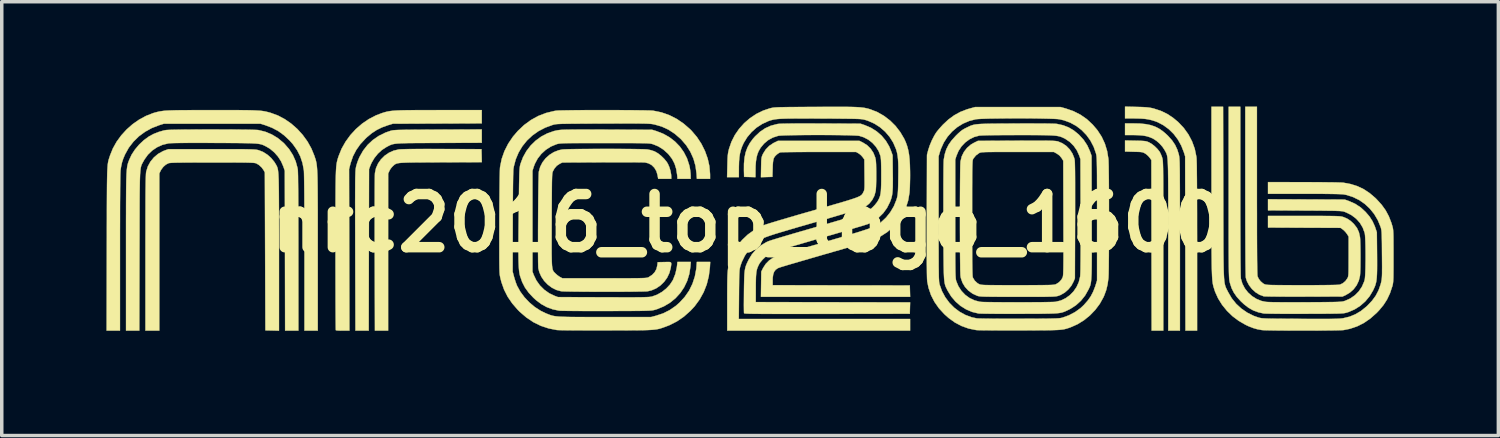
<source format=kicad_pcb>
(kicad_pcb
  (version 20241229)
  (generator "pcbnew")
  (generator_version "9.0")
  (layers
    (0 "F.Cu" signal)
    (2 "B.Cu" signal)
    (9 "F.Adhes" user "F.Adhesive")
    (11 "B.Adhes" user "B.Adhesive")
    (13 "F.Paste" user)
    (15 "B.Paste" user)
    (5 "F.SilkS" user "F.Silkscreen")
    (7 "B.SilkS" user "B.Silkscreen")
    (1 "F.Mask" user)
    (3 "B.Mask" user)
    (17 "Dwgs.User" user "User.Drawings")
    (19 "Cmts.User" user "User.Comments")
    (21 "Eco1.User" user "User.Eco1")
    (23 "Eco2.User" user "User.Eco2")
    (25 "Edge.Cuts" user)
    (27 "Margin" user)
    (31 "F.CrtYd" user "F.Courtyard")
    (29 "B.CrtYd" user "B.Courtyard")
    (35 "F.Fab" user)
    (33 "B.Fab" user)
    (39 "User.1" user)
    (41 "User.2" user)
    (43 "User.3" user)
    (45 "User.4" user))
  (footprint "nrc2016_top_logo_1600"
    (layer "F.Cu")
    (at 18.389 3.343)
    (property "Reference" "nrc2016_top_logo_1600" (at 0 0 0) (layer "F.SilkS") (effects (font (size 1.524 1.524) (thickness 0.3))))
    (attr through_hole)
    (fp_poly (pts (xy 11.132 -3.33) (xy 11.251 -3.327) (xy 11.344 -3.323) (xy 11.418 -3.318) (xy 11.479 -3.311) (xy 11.534 -3.302) (xy 11.587 -3.291) (xy 11.621 -3.282) (xy 11.819 -3.217) (xy 11.999 -3.131) (xy 12.168 -3.02) (xy 12.317 -2.896) (xy 12.477 -2.727) (xy 12.609 -2.543) (xy 12.714 -2.344) (xy 12.791 -2.133) (xy 12.837 -1.91) (xy 12.841 -1.881) (xy 12.844 -1.845) (xy 12.846 -1.783) (xy 12.849 -1.695) (xy 12.851 -1.579) (xy 12.852 -1.436) (xy 12.854 -1.264) (xy 12.855 -1.065) (xy 12.856 -0.836) (xy 12.857 -0.578) (xy 12.858 -0.29) (xy 12.858 0.028) (xy 12.859 0.378) (xy 12.859 0.671) (xy 12.859 3.08) (xy 12.526 3.08) (xy 12.517 -1.913) (xy 12.481 -2.029) (xy 12.407 -2.219) (xy 12.309 -2.395) (xy 12.19 -2.553) (xy 12.051 -2.69) (xy 11.896 -2.804) (xy 11.728 -2.893) (xy 11.638 -2.926) (xy 11.549 -2.953) (xy 11.461 -2.973) (xy 11.368 -2.987) (xy 11.263 -2.995) (xy 11.138 -2.999) (xy 11.045 -3) (xy 10.795 -3) (xy 10.795 -3.338) (xy 11.132 -3.33)) (stroke (width 0.01) (type solid)) (fill yes) (layer "F.SilkS"))
    (fp_poly (pts (xy 11.093 -2.362) (xy 11.198 -2.36) (xy 11.277 -2.357) (xy 11.336 -2.353) (xy 11.381 -2.348) (xy 11.416 -2.34) (xy 11.447 -2.329) (xy 11.481 -2.314) (xy 11.482 -2.314) (xy 11.562 -2.267) (xy 11.646 -2.201) (xy 11.722 -2.126) (xy 11.782 -2.05) (xy 11.791 -2.036) (xy 11.818 -1.981) (xy 11.846 -1.914) (xy 11.86 -1.871) (xy 11.864 -1.857) (xy 11.868 -1.842) (xy 11.871 -1.824) (xy 11.874 -1.8) (xy 11.877 -1.771) (xy 11.879 -1.733) (xy 11.881 -1.687) (xy 11.883 -1.629) (xy 11.885 -1.559) (xy 11.886 -1.476) (xy 11.887 -1.376) (xy 11.888 -1.26) (xy 11.889 -1.125) (xy 11.889 -0.97) (xy 11.89 -0.793) (xy 11.89 -0.593) (xy 11.89 -0.368) (xy 11.89 -0.117) (xy 11.89 0.161) (xy 11.89 0.469) (xy 11.89 0.652) (xy 11.89 3.08) (xy 11.557 3.08) (xy 11.549 -1.807) (xy 11.501 -1.875) (xy 11.458 -1.925) (xy 11.403 -1.973) (xy 11.376 -1.991) (xy 11.346 -2.009) (xy 11.319 -2.022) (xy 11.289 -2.031) (xy 11.25 -2.037) (xy 11.196 -2.041) (xy 11.121 -2.043) (xy 11.047 -2.045) (xy 10.795 -2.052) (xy 10.795 -2.368) (xy 11.093 -2.362)) (stroke (width 0.01) (type solid)) (fill yes) (layer "F.SilkS"))
    (fp_poly (pts (xy -8.855 -2.124) (xy -8.763 -2.124) (xy -7.644 -2.119) (xy -7.639 -1.933) (xy -7.635 -1.747) (xy -8.822 -1.743) (xy -9.05 -1.742) (xy -9.247 -1.741) (xy -9.418 -1.74) (xy -9.564 -1.739) (xy -9.687 -1.738) (xy -9.789 -1.735) (xy -9.873 -1.732) (xy -9.941 -1.728) (xy -9.996 -1.723) (xy -10.038 -1.716) (xy -10.072 -1.708) (xy -10.098 -1.698) (xy -10.12 -1.686) (xy -10.139 -1.673) (xy -10.158 -1.656) (xy -10.178 -1.638) (xy -10.184 -1.633) (xy -10.227 -1.586) (xy -10.268 -1.527) (xy -10.281 -1.5) (xy -10.318 -1.421) (xy -10.319 0.829) (xy -10.319 3.08) (xy -10.697 3.08) (xy -10.703 0.877) (xy -10.704 0.613) (xy -10.704 0.357) (xy -10.704 0.109) (xy -10.704 -0.126) (xy -10.704 -0.349) (xy -10.704 -0.556) (xy -10.703 -0.747) (xy -10.703 -0.918) (xy -10.702 -1.069) (xy -10.701 -1.196) (xy -10.7 -1.299) (xy -10.699 -1.375) (xy -10.697 -1.422) (xy -10.696 -1.437) (xy -10.665 -1.578) (xy -10.606 -1.71) (xy -10.522 -1.829) (xy -10.418 -1.932) (xy -10.296 -2.016) (xy -10.16 -2.077) (xy -10.013 -2.111) (xy -10.009 -2.112) (xy -9.964 -2.115) (xy -9.889 -2.118) (xy -9.784 -2.121) (xy -9.651 -2.123) (xy -9.49 -2.124) (xy -9.303 -2.125) (xy -9.091 -2.125) (xy -8.855 -2.124)) (stroke (width 0.01) (type solid)) (fill yes) (layer "F.SilkS"))
    (fp_poly (pts (xy 11.037 -2.857) (xy 11.224 -2.853) (xy 11.385 -2.837) (xy 11.526 -2.809) (xy 11.651 -2.767) (xy 11.767 -2.709) (xy 11.877 -2.633) (xy 11.988 -2.537) (xy 12.026 -2.5) (xy 12.141 -2.372) (xy 12.229 -2.242) (xy 12.293 -2.103) (xy 12.335 -1.967) (xy 12.339 -1.948) (xy 12.343 -1.929) (xy 12.346 -1.909) (xy 12.349 -1.884) (xy 12.352 -1.854) (xy 12.354 -1.818) (xy 12.357 -1.773) (xy 12.359 -1.718) (xy 12.36 -1.652) (xy 12.362 -1.573) (xy 12.363 -1.48) (xy 12.364 -1.37) (xy 12.364 -1.243) (xy 12.365 -1.096) (xy 12.366 -0.929) (xy 12.366 -0.739) (xy 12.366 -0.526) (xy 12.366 -0.287) (xy 12.366 -0.021) (xy 12.366 0.273) (xy 12.367 0.597) (xy 12.367 0.623) (xy 12.367 3.08) (xy 12.033 3.08) (xy 12.033 0.63) (xy 12.033 0.299) (xy 12.033 -0.002) (xy 12.033 -0.274) (xy 12.033 -0.52) (xy 12.033 -0.739) (xy 12.033 -0.935) (xy 12.032 -1.108) (xy 12.031 -1.26) (xy 12.029 -1.393) (xy 12.028 -1.508) (xy 12.025 -1.606) (xy 12.022 -1.69) (xy 12.019 -1.76) (xy 12.015 -1.819) (xy 12.01 -1.868) (xy 12.004 -1.908) (xy 11.998 -1.941) (xy 11.99 -1.968) (xy 11.982 -1.992) (xy 11.973 -2.013) (xy 11.962 -2.033) (xy 11.951 -2.054) (xy 11.938 -2.077) (xy 11.933 -2.088) (xy 11.87 -2.184) (xy 11.787 -2.278) (xy 11.693 -2.36) (xy 11.597 -2.422) (xy 11.587 -2.427) (xy 11.499 -2.464) (xy 11.407 -2.492) (xy 11.304 -2.51) (xy 11.182 -2.52) (xy 11.037 -2.524) (xy 11.029 -2.524) (xy 10.795 -2.524) (xy 10.795 -2.857) (xy 11.037 -2.857)) (stroke (width 0.01) (type solid)) (fill yes) (layer "F.SilkS"))
    (fp_poly (pts (xy -7.636 -2.303) (xy -8.862 -2.298) (xy -9.094 -2.297) (xy -9.296 -2.296) (xy -9.471 -2.296) (xy -9.622 -2.294) (xy -9.75 -2.293) (xy -9.858 -2.29) (xy -9.948 -2.287) (xy -10.023 -2.283) (xy -10.085 -2.278) (xy -10.136 -2.271) (xy -10.179 -2.263) (xy -10.216 -2.253) (xy -10.249 -2.24) (xy -10.281 -2.226) (xy -10.313 -2.21) (xy -10.349 -2.19) (xy -10.374 -2.177) (xy -10.498 -2.096) (xy -10.613 -1.99) (xy -10.714 -1.864) (xy -10.795 -1.726) (xy -10.829 -1.647) (xy -10.866 -1.548) (xy -10.871 0.766) (xy -10.875 3.08) (xy -11.255 3.08) (xy -11.259 1.552) (xy -11.26 1.187) (xy -11.261 0.853) (xy -11.262 0.547) (xy -11.262 0.27) (xy -11.263 0.018) (xy -11.263 -0.209) (xy -11.263 -0.412) (xy -11.264 -0.593) (xy -11.263 -0.754) (xy -11.263 -0.896) (xy -11.262 -1.019) (xy -11.262 -1.126) (xy -11.261 -1.218) (xy -11.26 -1.297) (xy -11.258 -1.363) (xy -11.256 -1.418) (xy -11.255 -1.464) (xy -11.252 -1.501) (xy -11.25 -1.532) (xy -11.247 -1.558) (xy -11.244 -1.579) (xy -11.24 -1.598) (xy -11.237 -1.616) (xy -11.234 -1.627) (xy -11.213 -1.702) (xy -11.183 -1.789) (xy -11.148 -1.873) (xy -11.137 -1.897) (xy -11.034 -2.079) (xy -10.907 -2.241) (xy -10.757 -2.382) (xy -10.587 -2.499) (xy -10.397 -2.593) (xy -10.268 -2.638) (xy -10.247 -2.645) (xy -10.226 -2.65) (xy -10.203 -2.655) (xy -10.176 -2.66) (xy -10.143 -2.663) (xy -10.101 -2.666) (xy -10.049 -2.669) (xy -9.984 -2.671) (xy -9.903 -2.672) (xy -9.805 -2.674) (xy -9.688 -2.675) (xy -9.548 -2.676) (xy -9.384 -2.677) (xy -9.194 -2.678) (xy -8.974 -2.679) (xy -8.894 -2.679) (xy -7.636 -2.684) (xy -7.636 -2.303)) (stroke (width 0.01) (type solid)) (fill yes) (layer "F.SilkS"))
    (fp_poly (pts (xy -7.636 -3.239) (xy -7.636 -2.859) (xy -8.91 -2.854) (xy -10.184 -2.849) (xy -10.323 -2.806) (xy -10.497 -2.743) (xy -10.649 -2.668) (xy -10.79 -2.575) (xy -10.929 -2.459) (xy -10.967 -2.422) (xy -11.115 -2.263) (xy -11.233 -2.096) (xy -11.325 -1.919) (xy -11.392 -1.726) (xy -11.402 -1.689) (xy -11.438 -1.548) (xy -11.433 0.766) (xy -11.428 3.08) (xy -11.617 3.08) (xy -11.691 3.079) (xy -11.754 3.077) (xy -11.798 3.073) (xy -11.816 3.069) (xy -11.818 3.052) (xy -11.819 3.006) (xy -11.82 2.931) (xy -11.821 2.829) (xy -11.822 2.703) (xy -11.823 2.554) (xy -11.824 2.385) (xy -11.825 2.195) (xy -11.825 1.989) (xy -11.826 1.766) (xy -11.826 1.53) (xy -11.827 1.282) (xy -11.827 1.023) (xy -11.827 0.778) (xy -11.827 0.454) (xy -11.827 0.161) (xy -11.827 -0.104) (xy -11.827 -0.343) (xy -11.826 -0.556) (xy -11.825 -0.745) (xy -11.824 -0.913) (xy -11.823 -1.06) (xy -11.821 -1.189) (xy -11.819 -1.301) (xy -11.816 -1.398) (xy -11.813 -1.481) (xy -11.809 -1.552) (xy -11.805 -1.612) (xy -11.799 -1.664) (xy -11.793 -1.709) (xy -11.786 -1.748) (xy -11.778 -1.783) (xy -11.769 -1.817) (xy -11.76 -1.85) (xy -11.749 -1.884) (xy -11.737 -1.92) (xy -11.652 -2.131) (xy -11.538 -2.333) (xy -11.4 -2.523) (xy -11.241 -2.696) (xy -11.063 -2.85) (xy -10.87 -2.982) (xy -10.665 -3.088) (xy -10.508 -3.148) (xy -10.459 -3.164) (xy -10.413 -3.178) (xy -10.367 -3.19) (xy -10.32 -3.2) (xy -10.269 -3.209) (xy -10.212 -3.216) (xy -10.145 -3.222) (xy -10.068 -3.227) (xy -9.977 -3.231) (xy -9.869 -3.234) (xy -9.744 -3.236) (xy -9.598 -3.237) (xy -9.428 -3.238) (xy -9.233 -3.238) (xy -9.01 -3.238) (xy -8.863 -3.239) (xy -7.636 -3.239)) (stroke (width 0.01) (type solid)) (fill yes) (layer "F.SilkS"))
    (fp_poly (pts (xy -15.146 -2.119) (xy -14.947 -2.119) (xy -14.775 -2.119) (xy -14.628 -2.118) (xy -14.504 -2.118) (xy -14.4 -2.117) (xy -14.315 -2.115) (xy -14.245 -2.113) (xy -14.189 -2.111) (xy -14.144 -2.108) (xy -14.109 -2.105) (xy -14.08 -2.101) (xy -14.056 -2.096) (xy -14.035 -2.091) (xy -14.029 -2.09) (xy -13.903 -2.04) (xy -13.781 -1.963) (xy -13.67 -1.865) (xy -13.577 -1.751) (xy -13.535 -1.682) (xy -13.523 -1.661) (xy -13.512 -1.64) (xy -13.502 -1.62) (xy -13.494 -1.597) (xy -13.486 -1.572) (xy -13.479 -1.541) (xy -13.473 -1.503) (xy -13.468 -1.458) (xy -13.463 -1.402) (xy -13.46 -1.336) (xy -13.456 -1.256) (xy -13.454 -1.161) (xy -13.452 -1.051) (xy -13.45 -0.922) (xy -13.449 -0.774) (xy -13.448 -0.606) (xy -13.447 -0.414) (xy -13.447 -0.198) (xy -13.447 0.043) (xy -13.446 0.312) (xy -13.446 0.609) (xy -13.446 0.846) (xy -13.446 3.081) (xy -13.641 3.076) (xy -13.835 3.072) (xy -13.843 0.81) (xy -13.851 -1.453) (xy -13.886 -1.518) (xy -13.942 -1.596) (xy -14.019 -1.666) (xy -14.094 -1.711) (xy -14.106 -1.716) (xy -14.123 -1.72) (xy -14.145 -1.724) (xy -14.175 -1.727) (xy -14.215 -1.73) (xy -14.267 -1.732) (xy -14.333 -1.734) (xy -14.417 -1.736) (xy -14.519 -1.737) (xy -14.643 -1.737) (xy -14.789 -1.738) (xy -14.962 -1.738) (xy -15.162 -1.738) (xy -15.351 -1.738) (xy -15.583 -1.738) (xy -15.785 -1.738) (xy -15.959 -1.737) (xy -16.108 -1.737) (xy -16.233 -1.735) (xy -16.336 -1.734) (xy -16.42 -1.732) (xy -16.486 -1.73) (xy -16.536 -1.727) (xy -16.573 -1.724) (xy -16.598 -1.72) (xy -16.611 -1.717) (xy -16.688 -1.676) (xy -16.76 -1.613) (xy -16.818 -1.536) (xy -16.838 -1.5) (xy -16.875 -1.421) (xy -16.875 0.829) (xy -16.875 3.08) (xy -17.272 3.08) (xy -17.272 0.853) (xy -17.272 0.534) (xy -17.271 0.246) (xy -17.271 -0.015) (xy -17.271 -0.247) (xy -17.27 -0.454) (xy -17.27 -0.637) (xy -17.269 -0.798) (xy -17.268 -0.937) (xy -17.266 -1.056) (xy -17.265 -1.157) (xy -17.263 -1.242) (xy -17.261 -1.311) (xy -17.259 -1.367) (xy -17.257 -1.411) (xy -17.254 -1.444) (xy -17.251 -1.468) (xy -17.249 -1.478) (xy -17.202 -1.628) (xy -17.127 -1.764) (xy -17.028 -1.884) (xy -16.909 -1.984) (xy -16.771 -2.061) (xy -16.716 -2.083) (xy -16.613 -2.119) (xy -15.375 -2.119) (xy -15.146 -2.119)) (stroke (width 0.01) (type solid)) (fill yes) (layer "F.SilkS"))
    (fp_poly (pts (xy 14.573 -0.934) (xy 14.573 -0.587) (xy 14.574 -0.269) (xy 14.574 0.018) (xy 14.574 0.277) (xy 14.575 0.508) (xy 14.576 0.713) (xy 14.577 0.892) (xy 14.578 1.047) (xy 14.58 1.178) (xy 14.581 1.286) (xy 14.583 1.374) (xy 14.585 1.44) (xy 14.587 1.488) (xy 14.59 1.517) (xy 14.592 1.526) (xy 14.625 1.597) (xy 14.68 1.667) (xy 14.745 1.724) (xy 14.787 1.748) (xy 14.801 1.754) (xy 14.818 1.759) (xy 14.841 1.763) (xy 14.87 1.767) (xy 14.91 1.77) (xy 14.962 1.772) (xy 15.029 1.774) (xy 15.114 1.775) (xy 15.217 1.776) (xy 15.343 1.777) (xy 15.494 1.777) (xy 15.671 1.778) (xy 15.873 1.778) (xy 16.106 1.778) (xy 16.308 1.777) (xy 16.48 1.776) (xy 16.624 1.774) (xy 16.741 1.772) (xy 16.832 1.77) (xy 16.898 1.767) (xy 16.94 1.763) (xy 16.956 1.76) (xy 17.035 1.722) (xy 17.108 1.661) (xy 17.163 1.585) (xy 17.165 1.582) (xy 17.175 1.564) (xy 17.182 1.545) (xy 17.188 1.523) (xy 17.192 1.493) (xy 17.196 1.452) (xy 17.198 1.398) (xy 17.199 1.325) (xy 17.2 1.232) (xy 17.2 1.114) (xy 17.201 0.968) (xy 17.201 0.386) (xy 17.153 0.309) (xy 17.111 0.254) (xy 17.061 0.203) (xy 17.036 0.183) (xy 16.968 0.135) (xy 15.929 0.131) (xy 14.891 0.126) (xy 14.891 -0.206) (xy 15.923 -0.206) (xy 16.13 -0.206) (xy 16.307 -0.206) (xy 16.458 -0.206) (xy 16.584 -0.205) (xy 16.689 -0.204) (xy 16.774 -0.203) (xy 16.843 -0.201) (xy 16.897 -0.199) (xy 16.94 -0.196) (xy 16.973 -0.193) (xy 17 -0.188) (xy 17.022 -0.183) (xy 17.042 -0.177) (xy 17.053 -0.174) (xy 17.157 -0.13) (xy 17.249 -0.07) (xy 17.34 0.013) (xy 17.356 0.03) (xy 17.439 0.138) (xy 17.495 0.26) (xy 17.526 0.398) (xy 17.526 0.399) (xy 17.531 0.455) (xy 17.534 0.537) (xy 17.537 0.639) (xy 17.539 0.756) (xy 17.54 0.882) (xy 17.54 1.011) (xy 17.539 1.138) (xy 17.538 1.256) (xy 17.535 1.36) (xy 17.531 1.444) (xy 17.526 1.503) (xy 17.526 1.507) (xy 17.492 1.648) (xy 17.43 1.779) (xy 17.343 1.895) (xy 17.235 1.991) (xy 17.129 2.054) (xy 17.026 2.103) (xy 15.923 2.106) (xy 15.737 2.106) (xy 15.56 2.106) (xy 15.393 2.106) (xy 15.241 2.105) (xy 15.105 2.104) (xy 14.988 2.103) (xy 14.893 2.101) (xy 14.823 2.099) (xy 14.78 2.098) (xy 14.768 2.096) (xy 14.648 2.052) (xy 14.534 1.981) (xy 14.432 1.888) (xy 14.348 1.78) (xy 14.285 1.66) (xy 14.257 1.57) (xy 14.254 1.543) (xy 14.252 1.485) (xy 14.25 1.396) (xy 14.248 1.276) (xy 14.246 1.127) (xy 14.245 0.947) (xy 14.244 0.738) (xy 14.243 0.5) (xy 14.242 0.233) (xy 14.241 -0.062) (xy 14.241 -0.385) (xy 14.24 -0.736) (xy 14.24 -0.917) (xy 14.24 -3.334) (xy 14.573 -3.334) (xy 14.573 -0.934)) (stroke (width 0.01) (type solid)) (fill yes) (layer "F.SilkS"))
    (fp_poly (pts (xy -15.224 -2.683) (xy -15.043 -2.682) (xy -14.868 -2.682) (xy -14.701 -2.681) (xy -14.545 -2.679) (xy -14.404 -2.678) (xy -14.281 -2.676) (xy -14.179 -2.673) (xy -14.1 -2.671) (xy -14.049 -2.668) (xy -14.034 -2.666) (xy -13.84 -2.619) (xy -13.655 -2.542) (xy -13.48 -2.437) (xy -13.32 -2.304) (xy -13.294 -2.279) (xy -13.158 -2.123) (xy -13.049 -1.953) (xy -12.968 -1.772) (xy -12.916 -1.584) (xy -12.907 -1.531) (xy -12.905 -1.499) (xy -12.903 -1.435) (xy -12.9 -1.341) (xy -12.899 -1.217) (xy -12.897 -1.065) (xy -12.895 -0.885) (xy -12.894 -0.677) (xy -12.893 -0.443) (xy -12.892 -0.184) (xy -12.892 0.1) (xy -12.891 0.409) (xy -12.891 0.74) (xy -12.891 0.829) (xy -12.89 3.08) (xy -13.27 3.08) (xy -13.279 -1.5) (xy -13.323 -1.628) (xy -13.386 -1.771) (xy -13.474 -1.907) (xy -13.581 -2.028) (xy -13.701 -2.129) (xy -13.801 -2.189) (xy -13.837 -2.208) (xy -13.869 -2.224) (xy -13.9 -2.238) (xy -13.931 -2.25) (xy -13.966 -2.26) (xy -14.006 -2.268) (xy -14.054 -2.275) (xy -14.112 -2.281) (xy -14.183 -2.285) (xy -14.268 -2.289) (xy -14.37 -2.291) (xy -14.492 -2.293) (xy -14.636 -2.295) (xy -14.803 -2.296) (xy -14.998 -2.297) (xy -15.221 -2.298) (xy -15.287 -2.298) (xy -15.56 -2.299) (xy -15.802 -2.299) (xy -16.013 -2.299) (xy -16.193 -2.298) (xy -16.341 -2.296) (xy -16.458 -2.294) (xy -16.544 -2.291) (xy -16.598 -2.288) (xy -16.61 -2.286) (xy -16.781 -2.245) (xy -16.938 -2.175) (xy -17.079 -2.08) (xy -17.201 -1.962) (xy -17.301 -1.823) (xy -17.325 -1.78) (xy -17.341 -1.752) (xy -17.354 -1.727) (xy -17.367 -1.704) (xy -17.378 -1.681) (xy -17.388 -1.657) (xy -17.396 -1.629) (xy -17.404 -1.597) (xy -17.411 -1.559) (xy -17.416 -1.513) (xy -17.421 -1.457) (xy -17.426 -1.39) (xy -17.429 -1.31) (xy -17.432 -1.216) (xy -17.434 -1.106) (xy -17.436 -0.978) (xy -17.438 -0.831) (xy -17.439 -0.664) (xy -17.44 -0.474) (xy -17.44 -0.259) (xy -17.441 -0.02) (xy -17.441 0.247) (xy -17.442 0.543) (xy -17.443 0.798) (xy -17.448 3.08) (xy -17.828 3.08) (xy -17.828 0.828) (xy -17.828 0.506) (xy -17.828 0.214) (xy -17.828 -0.049) (xy -17.827 -0.286) (xy -17.827 -0.497) (xy -17.826 -0.685) (xy -17.825 -0.851) (xy -17.824 -0.996) (xy -17.822 -1.123) (xy -17.82 -1.233) (xy -17.817 -1.327) (xy -17.814 -1.408) (xy -17.809 -1.476) (xy -17.805 -1.534) (xy -17.799 -1.583) (xy -17.793 -1.626) (xy -17.786 -1.662) (xy -17.778 -1.695) (xy -17.769 -1.725) (xy -17.759 -1.754) (xy -17.747 -1.785) (xy -17.737 -1.812) (xy -17.668 -1.961) (xy -17.572 -2.108) (xy -17.454 -2.248) (xy -17.321 -2.374) (xy -17.176 -2.48) (xy -17.166 -2.487) (xy -17.038 -2.555) (xy -16.894 -2.612) (xy -16.748 -2.654) (xy -16.685 -2.666) (xy -16.649 -2.669) (xy -16.584 -2.672) (xy -16.494 -2.675) (xy -16.382 -2.677) (xy -16.25 -2.679) (xy -16.101 -2.68) (xy -15.94 -2.681) (xy -15.769 -2.682) (xy -15.59 -2.683) (xy -15.408 -2.683) (xy -15.224 -2.683)) (stroke (width 0.01) (type solid)) (fill yes) (layer "F.SilkS"))
    (fp_poly (pts (xy -14.893 -3.238) (xy -14.707 -3.238) (xy -14.545 -3.237) (xy -14.406 -3.236) (xy -14.286 -3.234) (xy -14.184 -3.231) (xy -14.098 -3.227) (xy -14.024 -3.223) (xy -13.961 -3.218) (xy -13.906 -3.211) (xy -13.857 -3.203) (xy -13.811 -3.193) (xy -13.766 -3.182) (xy -13.72 -3.17) (xy -13.676 -3.157) (xy -13.473 -3.082) (xy -13.278 -2.978) (xy -13.093 -2.849) (xy -12.921 -2.698) (xy -12.766 -2.527) (xy -12.631 -2.341) (xy -12.519 -2.141) (xy -12.433 -1.932) (xy -12.431 -1.927) (xy -12.419 -1.889) (xy -12.407 -1.854) (xy -12.396 -1.82) (xy -12.387 -1.786) (xy -12.379 -1.75) (xy -12.371 -1.71) (xy -12.365 -1.665) (xy -12.359 -1.613) (xy -12.354 -1.552) (xy -12.35 -1.481) (xy -12.346 -1.399) (xy -12.343 -1.302) (xy -12.341 -1.191) (xy -12.339 -1.063) (xy -12.338 -0.917) (xy -12.337 -0.75) (xy -12.336 -0.562) (xy -12.335 -0.35) (xy -12.335 -0.114) (xy -12.335 0.149) (xy -12.335 0.441) (xy -12.335 0.762) (xy -12.335 0.798) (xy -12.335 3.08) (xy -12.716 3.08) (xy -12.716 0.853) (xy -12.716 0.491) (xy -12.716 0.159) (xy -12.717 -0.141) (xy -12.718 -0.411) (xy -12.719 -0.651) (xy -12.72 -0.861) (xy -12.722 -1.041) (xy -12.724 -1.192) (xy -12.726 -1.315) (xy -12.728 -1.409) (xy -12.73 -1.476) (xy -12.733 -1.515) (xy -12.733 -1.516) (xy -12.772 -1.722) (xy -12.835 -1.912) (xy -12.926 -2.09) (xy -13.045 -2.259) (xy -13.143 -2.37) (xy -13.3 -2.517) (xy -13.465 -2.637) (xy -13.644 -2.732) (xy -13.838 -2.806) (xy -13.978 -2.85) (xy -16.74 -2.85) (xy -16.88 -2.806) (xy -17.091 -2.724) (xy -17.286 -2.616) (xy -17.462 -2.486) (xy -17.617 -2.333) (xy -17.75 -2.161) (xy -17.856 -1.97) (xy -17.858 -1.966) (xy -17.908 -1.848) (xy -17.945 -1.734) (xy -17.971 -1.61) (xy -17.986 -1.509) (xy -17.988 -1.47) (xy -17.991 -1.4) (xy -17.993 -1.299) (xy -17.995 -1.167) (xy -17.997 -1.005) (xy -17.998 -0.812) (xy -18 -0.589) (xy -18.001 -0.337) (xy -18.001 -0.055) (xy -18.002 0.255) (xy -18.002 0.595) (xy -18.002 0.853) (xy -18.002 3.08) (xy -18.384 3.08) (xy -18.379 0.734) (xy -18.378 0.412) (xy -18.378 0.12) (xy -18.377 -0.143) (xy -18.377 -0.379) (xy -18.376 -0.591) (xy -18.375 -0.778) (xy -18.374 -0.944) (xy -18.373 -1.09) (xy -18.371 -1.216) (xy -18.369 -1.326) (xy -18.367 -1.421) (xy -18.364 -1.501) (xy -18.36 -1.57) (xy -18.356 -1.628) (xy -18.352 -1.677) (xy -18.346 -1.719) (xy -18.34 -1.755) (xy -18.333 -1.788) (xy -18.325 -1.818) (xy -18.316 -1.847) (xy -18.306 -1.878) (xy -18.295 -1.911) (xy -18.287 -1.937) (xy -18.206 -2.138) (xy -18.098 -2.332) (xy -17.965 -2.514) (xy -17.811 -2.683) (xy -17.639 -2.835) (xy -17.453 -2.965) (xy -17.256 -3.072) (xy -17.052 -3.152) (xy -16.972 -3.175) (xy -16.928 -3.186) (xy -16.885 -3.196) (xy -16.841 -3.204) (xy -16.793 -3.211) (xy -16.74 -3.218) (xy -16.678 -3.223) (xy -16.606 -3.227) (xy -16.521 -3.23) (xy -16.421 -3.233) (xy -16.304 -3.235) (xy -16.167 -3.236) (xy -16.007 -3.237) (xy -15.823 -3.238) (xy -15.612 -3.238) (xy -15.372 -3.238) (xy -15.349 -3.238) (xy -15.106 -3.238) (xy -14.893 -3.238)) (stroke (width 0.01) (type solid)) (fill yes) (layer "F.SilkS"))
    (fp_poly (pts (xy 3.288 -2.306) (xy 3.406 -2.231) (xy 3.506 -2.132) (xy 3.584 -2.015) (xy 3.636 -1.884) (xy 3.652 -1.815) (xy 3.657 -1.762) (xy 3.662 -1.685) (xy 3.664 -1.588) (xy 3.666 -1.479) (xy 3.666 -1.363) (xy 3.666 -1.248) (xy 3.663 -1.14) (xy 3.66 -1.044) (xy 3.655 -0.968) (xy 3.65 -0.922) (xy 3.614 -0.787) (xy 3.551 -0.665) (xy 3.466 -0.56) (xy 3.361 -0.476) (xy 3.301 -0.443) (xy 3.273 -0.432) (xy 3.217 -0.414) (xy 3.135 -0.388) (xy 3.029 -0.355) (xy 2.903 -0.317) (xy 2.758 -0.274) (xy 2.597 -0.226) (xy 2.421 -0.174) (xy 2.235 -0.119) (xy 2.039 -0.063) (xy 1.881 -0.017) (xy 1.633 0.055) (xy 1.412 0.118) (xy 1.219 0.175) (xy 1.05 0.225) (xy 0.903 0.269) (xy 0.777 0.307) (xy 0.669 0.342) (xy 0.578 0.373) (xy 0.501 0.401) (xy 0.437 0.426) (xy 0.383 0.45) (xy 0.338 0.474) (xy 0.299 0.497) (xy 0.264 0.522) (xy 0.232 0.547) (xy 0.2 0.575) (xy 0.167 0.606) (xy 0.165 0.608) (xy 0.02 0.762) (xy -0.096 0.929) (xy -0.185 1.11) (xy -0.225 1.225) (xy -0.233 1.254) (xy -0.24 1.283) (xy -0.246 1.314) (xy -0.251 1.352) (xy -0.254 1.399) (xy -0.257 1.458) (xy -0.26 1.533) (xy -0.262 1.627) (xy -0.263 1.743) (xy -0.265 1.885) (xy -0.266 2.044) (xy -0.272 2.746) (xy 4.636 2.746) (xy 4.636 3.08) (xy -0.603 3.08) (xy -0.603 2.256) (xy -0.603 2.056) (xy -0.602 1.884) (xy -0.601 1.737) (xy -0.599 1.614) (xy -0.596 1.509) (xy -0.591 1.422) (xy -0.585 1.348) (xy -0.577 1.284) (xy -0.567 1.227) (xy -0.555 1.175) (xy -0.541 1.124) (xy -0.524 1.071) (xy -0.519 1.056) (xy -0.432 0.849) (xy -0.318 0.658) (xy -0.178 0.484) (xy -0.015 0.329) (xy 0.17 0.196) (xy 0.352 0.095) (xy 0.388 0.08) (xy 0.441 0.061) (xy 0.513 0.036) (xy 0.606 0.007) (xy 0.721 -0.029) (xy 0.858 -0.07) (xy 1.02 -0.118) (xy 1.208 -0.173) (xy 1.423 -0.236) (xy 1.666 -0.306) (xy 1.818 -0.349) (xy 2.057 -0.418) (xy 2.267 -0.478) (xy 2.451 -0.531) (xy 2.61 -0.577) (xy 2.746 -0.617) (xy 2.862 -0.652) (xy 2.958 -0.683) (xy 3.037 -0.709) (xy 3.101 -0.732) (xy 3.152 -0.753) (xy 3.191 -0.772) (xy 3.221 -0.789) (xy 3.243 -0.807) (xy 3.26 -0.824) (xy 3.273 -0.843) (xy 3.285 -0.863) (xy 3.296 -0.886) (xy 3.299 -0.89) (xy 3.309 -0.912) (xy 3.318 -0.933) (xy 3.324 -0.959) (xy 3.328 -0.992) (xy 3.331 -1.036) (xy 3.332 -1.097) (xy 3.332 -1.179) (xy 3.331 -1.284) (xy 3.33 -1.392) (xy 3.326 -1.823) (xy 3.277 -1.892) (xy 3.233 -1.942) (xy 3.179 -1.987) (xy 3.158 -2) (xy 3.088 -2.04) (xy 2.024 -2.04) (xy 1.842 -2.04) (xy 1.669 -2.039) (xy 1.506 -2.038) (xy 1.358 -2.037) (xy 1.227 -2.036) (xy 1.115 -2.034) (xy 1.026 -2.033) (xy 0.961 -2.031) (xy 0.924 -2.029) (xy 0.917 -2.028) (xy 0.878 -2.01) (xy 0.833 -1.979) (xy 0.817 -1.966) (xy 0.778 -1.929) (xy 0.75 -1.894) (xy 0.729 -1.855) (xy 0.716 -1.805) (xy 0.707 -1.739) (xy 0.701 -1.652) (xy 0.699 -1.572) (xy 0.691 -1.326) (xy 0.527 -1.321) (xy 0.363 -1.316) (xy 0.368 -1.599) (xy 0.37 -1.7) (xy 0.372 -1.776) (xy 0.376 -1.832) (xy 0.381 -1.874) (xy 0.39 -1.908) (xy 0.402 -1.941) (xy 0.419 -1.979) (xy 0.424 -1.989) (xy 0.498 -2.108) (xy 0.597 -2.211) (xy 0.717 -2.292) (xy 0.743 -2.305) (xy 0.849 -2.357) (xy 3.184 -2.357) (xy 3.288 -2.306)) (stroke (width 0.01) (type solid)) (fill yes) (layer "F.SilkS"))
    (fp_poly (pts (xy 14.097 -0.915) (xy 14.097 -0.551) (xy 14.097 -0.214) (xy 14.098 0.096) (xy 14.099 0.378) (xy 14.1 0.631) (xy 14.101 0.856) (xy 14.102 1.052) (xy 14.104 1.218) (xy 14.106 1.354) (xy 14.107 1.46) (xy 14.11 1.535) (xy 14.112 1.579) (xy 14.113 1.589) (xy 14.156 1.734) (xy 14.226 1.869) (xy 14.32 1.989) (xy 14.433 2.091) (xy 14.563 2.173) (xy 14.705 2.23) (xy 14.823 2.255) (xy 14.868 2.259) (xy 14.944 2.262) (xy 15.049 2.265) (xy 15.182 2.266) (xy 15.341 2.267) (xy 15.527 2.268) (xy 15.737 2.268) (xy 15.97 2.267) (xy 15.97 2.267) (xy 16.176 2.266) (xy 16.352 2.265) (xy 16.502 2.263) (xy 16.627 2.262) (xy 16.731 2.261) (xy 16.816 2.259) (xy 16.884 2.257) (xy 16.938 2.254) (xy 16.98 2.251) (xy 17.013 2.247) (xy 17.04 2.243) (xy 17.063 2.237) (xy 17.084 2.231) (xy 17.099 2.226) (xy 17.247 2.16) (xy 17.38 2.068) (xy 17.492 1.955) (xy 17.582 1.822) (xy 17.646 1.674) (xy 17.661 1.625) (xy 17.668 1.58) (xy 17.674 1.508) (xy 17.679 1.414) (xy 17.683 1.302) (xy 17.685 1.178) (xy 17.687 1.045) (xy 17.687 0.91) (xy 17.686 0.776) (xy 17.684 0.648) (xy 17.681 0.531) (xy 17.676 0.43) (xy 17.671 0.349) (xy 17.664 0.294) (xy 17.661 0.281) (xy 17.605 0.128) (xy 17.523 -0.009) (xy 17.416 -0.128) (xy 17.285 -0.228) (xy 17.132 -0.306) (xy 17.066 -0.331) (xy 17.047 -0.336) (xy 17.022 -0.341) (xy 16.988 -0.344) (xy 16.941 -0.348) (xy 16.881 -0.35) (xy 16.805 -0.353) (xy 16.71 -0.355) (xy 16.595 -0.356) (xy 16.456 -0.358) (xy 16.291 -0.359) (xy 16.099 -0.361) (xy 15.942 -0.361) (xy 14.891 -0.367) (xy 14.891 -0.684) (xy 15.99 -0.679) (xy 17.089 -0.675) (xy 17.216 -0.63) (xy 17.389 -0.553) (xy 17.547 -0.449) (xy 17.686 -0.321) (xy 17.799 -0.189) (xy 17.885 -0.054) (xy 17.952 0.093) (xy 17.966 0.135) (xy 18.009 0.262) (xy 18.015 0.894) (xy 18.016 1.075) (xy 18.016 1.228) (xy 18.015 1.356) (xy 18.012 1.462) (xy 18.007 1.551) (xy 17.999 1.626) (xy 17.989 1.691) (xy 17.974 1.748) (xy 17.957 1.802) (xy 17.934 1.855) (xy 17.908 1.912) (xy 17.9 1.929) (xy 17.801 2.095) (xy 17.678 2.242) (xy 17.534 2.369) (xy 17.373 2.471) (xy 17.196 2.547) (xy 17.161 2.558) (xy 17.137 2.565) (xy 17.114 2.571) (xy 17.09 2.576) (xy 17.061 2.581) (xy 17.026 2.584) (xy 16.982 2.587) (xy 16.927 2.59) (xy 16.857 2.592) (xy 16.772 2.593) (xy 16.667 2.594) (xy 16.541 2.595) (xy 16.392 2.596) (xy 16.216 2.596) (xy 16.012 2.597) (xy 15.946 2.597) (xy 15.76 2.598) (xy 15.582 2.598) (xy 15.414 2.597) (xy 15.259 2.597) (xy 15.12 2.596) (xy 15 2.594) (xy 14.902 2.593) (xy 14.828 2.591) (xy 14.782 2.589) (xy 14.769 2.588) (xy 14.613 2.554) (xy 14.471 2.502) (xy 14.338 2.428) (xy 14.208 2.328) (xy 14.112 2.239) (xy 13.999 2.115) (xy 13.913 1.992) (xy 13.848 1.863) (xy 13.802 1.721) (xy 13.796 1.697) (xy 13.791 1.678) (xy 13.788 1.66) (xy 13.784 1.639) (xy 13.781 1.614) (xy 13.778 1.584) (xy 13.776 1.548) (xy 13.774 1.503) (xy 13.772 1.448) (xy 13.77 1.382) (xy 13.769 1.303) (xy 13.768 1.209) (xy 13.767 1.099) (xy 13.766 0.972) (xy 13.765 0.825) (xy 13.765 0.657) (xy 13.764 0.468) (xy 13.764 0.254) (xy 13.764 0.015) (xy 13.764 -0.252) (xy 13.764 -0.546) (xy 13.764 -0.871) (xy 13.764 -0.885) (xy 13.764 -3.334) (xy 14.097 -3.334) (xy 14.097 -0.915)) (stroke (width 0.01) (type solid)) (fill yes) (layer "F.SilkS"))
    (fp_poly (pts (xy -3.868 -2.127) (xy -3.696 -2.126) (xy -3.532 -2.125) (xy -3.38 -2.124) (xy -3.241 -2.122) (xy -3.12 -2.12) (xy -3.02 -2.118) (xy -2.945 -2.115) (xy -2.897 -2.112) (xy -2.89 -2.111) (xy -2.792 -2.091) (xy -2.697 -2.06) (xy -2.671 -2.048) (xy -2.582 -1.996) (xy -2.491 -1.923) (xy -2.406 -1.839) (xy -2.335 -1.751) (xy -2.304 -1.7) (xy -2.262 -1.605) (xy -2.23 -1.498) (xy -2.211 -1.394) (xy -2.207 -1.337) (xy -2.207 -1.27) (xy -2.581 -1.27) (xy -2.599 -1.375) (xy -2.633 -1.49) (xy -2.69 -1.587) (xy -2.767 -1.663) (xy -2.861 -1.714) (xy -2.958 -1.738) (xy -2.988 -1.74) (xy -3.046 -1.741) (xy -3.13 -1.742) (xy -3.238 -1.743) (xy -3.367 -1.744) (xy -3.514 -1.744) (xy -3.676 -1.744) (xy -3.85 -1.744) (xy -4.034 -1.744) (xy -4.183 -1.743) (xy -5.326 -1.738) (xy -5.402 -1.701) (xy -5.486 -1.645) (xy -5.553 -1.567) (xy -5.594 -1.492) (xy -5.6 -1.479) (xy -5.606 -1.465) (xy -5.61 -1.448) (xy -5.614 -1.426) (xy -5.617 -1.396) (xy -5.62 -1.358) (xy -5.622 -1.308) (xy -5.624 -1.244) (xy -5.626 -1.165) (xy -5.627 -1.068) (xy -5.628 -0.951) (xy -5.629 -0.812) (xy -5.63 -0.65) (xy -5.631 -0.461) (xy -5.632 -0.243) (xy -5.632 -0.087) (xy -5.633 0.156) (xy -5.634 0.371) (xy -5.634 0.557) (xy -5.634 0.718) (xy -5.634 0.856) (xy -5.632 0.972) (xy -5.63 1.069) (xy -5.627 1.149) (xy -5.623 1.214) (xy -5.617 1.265) (xy -5.61 1.306) (xy -5.602 1.338) (xy -5.591 1.363) (xy -5.579 1.384) (xy -5.565 1.402) (xy -5.548 1.419) (xy -5.529 1.438) (xy -5.524 1.443) (xy -5.474 1.488) (xy -5.418 1.529) (xy -5.394 1.543) (xy -5.326 1.58) (xy -4.12 1.58) (xy -3.895 1.58) (xy -3.699 1.579) (xy -3.532 1.579) (xy -3.389 1.579) (xy -3.269 1.578) (xy -3.17 1.577) (xy -3.09 1.576) (xy -3.025 1.574) (xy -2.975 1.572) (xy -2.937 1.569) (xy -2.909 1.566) (xy -2.889 1.562) (xy -2.873 1.557) (xy -2.861 1.552) (xy -2.857 1.55) (xy -2.754 1.483) (xy -2.68 1.405) (xy -2.631 1.315) (xy -2.607 1.213) (xy -2.595 1.119) (xy -2.401 1.115) (xy -2.316 1.113) (xy -2.259 1.113) (xy -2.225 1.121) (xy -2.209 1.141) (xy -2.207 1.176) (xy -2.214 1.231) (xy -2.223 1.286) (xy -2.261 1.429) (xy -2.325 1.563) (xy -2.412 1.683) (xy -2.518 1.786) (xy -2.64 1.869) (xy -2.773 1.926) (xy -2.883 1.952) (xy -2.919 1.955) (xy -2.983 1.957) (xy -3.073 1.96) (xy -3.184 1.961) (xy -3.314 1.963) (xy -3.46 1.964) (xy -3.618 1.965) (xy -3.786 1.966) (xy -3.96 1.966) (xy -4.136 1.966) (xy -4.313 1.966) (xy -4.486 1.965) (xy -4.652 1.964) (xy -4.809 1.963) (xy -4.953 1.962) (xy -5.081 1.96) (xy -5.189 1.958) (xy -5.275 1.956) (xy -5.335 1.953) (xy -5.366 1.95) (xy -5.501 1.913) (xy -5.629 1.848) (xy -5.746 1.76) (xy -5.848 1.654) (xy -5.93 1.533) (xy -5.988 1.402) (xy -6.015 1.294) (xy -6.017 1.261) (xy -6.019 1.2) (xy -6.021 1.113) (xy -6.022 1.004) (xy -6.023 0.874) (xy -6.023 0.728) (xy -6.023 0.567) (xy -6.023 0.396) (xy -6.023 0.217) (xy -6.022 0.033) (xy -6.021 -0.153) (xy -6.02 -0.338) (xy -6.018 -0.519) (xy -6.017 -0.693) (xy -6.015 -0.857) (xy -6.013 -1.009) (xy -6.011 -1.144) (xy -6.008 -1.261) (xy -6.006 -1.356) (xy -6.003 -1.426) (xy -6.001 -1.469) (xy -6 -1.476) (xy -5.961 -1.614) (xy -5.895 -1.743) (xy -5.806 -1.858) (xy -5.696 -1.956) (xy -5.571 -2.034) (xy -5.433 -2.088) (xy -5.329 -2.11) (xy -5.289 -2.113) (xy -5.22 -2.116) (xy -5.127 -2.119) (xy -5.011 -2.121) (xy -4.877 -2.123) (xy -4.728 -2.124) (xy -4.567 -2.125) (xy -4.397 -2.126) (xy -4.222 -2.127) (xy -4.044 -2.127) (xy -3.868 -2.127)) (stroke (width 0.01) (type solid)) (fill yes) (layer "F.SilkS"))
    (fp_poly (pts (xy -4.585 -2.681) (xy -4.391 -2.68) (xy -4.17 -2.68) (xy -4.046 -2.679) (xy -2.754 -2.674) (xy -2.636 -2.638) (xy -2.44 -2.562) (xy -2.261 -2.462) (xy -2.101 -2.339) (xy -1.962 -2.196) (xy -1.847 -2.034) (xy -1.756 -1.857) (xy -1.693 -1.665) (xy -1.676 -1.59) (xy -1.664 -1.513) (xy -1.655 -1.435) (xy -1.651 -1.37) (xy -1.651 -1.363) (xy -1.651 -1.27) (xy -2.027 -1.27) (xy -2.038 -1.383) (xy -2.065 -1.554) (xy -2.112 -1.704) (xy -2.182 -1.839) (xy -2.278 -1.964) (xy -2.301 -1.99) (xy -2.434 -2.109) (xy -2.579 -2.2) (xy -2.723 -2.259) (xy -2.743 -2.265) (xy -2.763 -2.271) (xy -2.785 -2.275) (xy -2.81 -2.28) (xy -2.842 -2.283) (xy -2.883 -2.286) (xy -2.933 -2.288) (xy -2.997 -2.29) (xy -3.076 -2.291) (xy -3.172 -2.292) (xy -3.287 -2.293) (xy -3.425 -2.294) (xy -3.586 -2.294) (xy -3.773 -2.294) (xy -3.989 -2.294) (xy -4.112 -2.294) (xy -4.343 -2.294) (xy -4.545 -2.294) (xy -4.719 -2.294) (xy -4.868 -2.293) (xy -4.995 -2.293) (xy -5.101 -2.292) (xy -5.188 -2.291) (xy -5.259 -2.289) (xy -5.316 -2.287) (xy -5.362 -2.284) (xy -5.398 -2.281) (xy -5.426 -2.278) (xy -5.45 -2.273) (xy -5.471 -2.268) (xy -5.491 -2.262) (xy -5.501 -2.259) (xy -5.659 -2.193) (xy -5.803 -2.1) (xy -5.929 -1.985) (xy -6.035 -1.85) (xy -6.116 -1.698) (xy -6.148 -1.611) (xy -6.183 -1.5) (xy -6.183 1.389) (xy -6.148 1.483) (xy -6.071 1.643) (xy -5.968 1.787) (xy -5.843 1.911) (xy -5.699 2.012) (xy -5.547 2.084) (xy -5.453 2.119) (xy -4.155 2.124) (xy -3.919 2.124) (xy -3.712 2.125) (xy -3.532 2.125) (xy -3.378 2.125) (xy -3.247 2.125) (xy -3.137 2.124) (xy -3.046 2.123) (xy -2.971 2.121) (xy -2.911 2.119) (xy -2.863 2.117) (xy -2.826 2.114) (xy -2.796 2.11) (xy -2.773 2.106) (xy -2.758 2.103) (xy -2.614 2.051) (xy -2.476 1.973) (xy -2.351 1.875) (xy -2.244 1.761) (xy -2.162 1.636) (xy -2.154 1.619) (xy -2.089 1.455) (xy -2.048 1.273) (xy -2.039 1.203) (xy -2.03 1.111) (xy -1.647 1.111) (xy -1.658 1.247) (xy -1.69 1.457) (xy -1.75 1.654) (xy -1.838 1.837) (xy -1.95 2.003) (xy -2.085 2.151) (xy -2.242 2.279) (xy -2.419 2.384) (xy -2.614 2.464) (xy -2.669 2.481) (xy -2.691 2.487) (xy -2.713 2.492) (xy -2.738 2.497) (xy -2.767 2.501) (xy -2.802 2.504) (xy -2.847 2.507) (xy -2.903 2.509) (xy -2.973 2.511) (xy -3.058 2.513) (xy -3.162 2.514) (xy -3.286 2.515) (xy -3.432 2.516) (xy -3.603 2.516) (xy -3.801 2.517) (xy -4.029 2.518) (xy -4.056 2.518) (xy -4.257 2.518) (xy -4.45 2.518) (xy -4.633 2.518) (xy -4.803 2.517) (xy -4.959 2.516) (xy -5.096 2.515) (xy -5.213 2.513) (xy -5.307 2.512) (xy -5.375 2.51) (xy -5.415 2.508) (xy -5.421 2.507) (xy -5.605 2.468) (xy -5.773 2.406) (xy -5.931 2.319) (xy -6.082 2.205) (xy -6.157 2.136) (xy -6.291 1.993) (xy -6.397 1.846) (xy -6.478 1.688) (xy -6.538 1.515) (xy -6.542 1.5) (xy -6.551 1.463) (xy -6.558 1.422) (xy -6.565 1.373) (xy -6.571 1.317) (xy -6.575 1.249) (xy -6.579 1.169) (xy -6.582 1.075) (xy -6.584 0.964) (xy -6.585 0.835) (xy -6.585 0.686) (xy -6.584 0.515) (xy -6.583 0.319) (xy -6.581 0.097) (xy -6.578 -0.153) (xy -6.575 -0.397) (xy -6.573 -0.619) (xy -6.57 -0.812) (xy -6.568 -0.978) (xy -6.566 -1.119) (xy -6.563 -1.238) (xy -6.561 -1.336) (xy -6.559 -1.417) (xy -6.556 -1.483) (xy -6.553 -1.536) (xy -6.549 -1.578) (xy -6.545 -1.612) (xy -6.541 -1.639) (xy -6.535 -1.664) (xy -6.529 -1.686) (xy -6.526 -1.699) (xy -6.454 -1.889) (xy -6.356 -2.065) (xy -6.234 -2.224) (xy -6.092 -2.363) (xy -5.932 -2.48) (xy -5.756 -2.572) (xy -5.567 -2.638) (xy -5.475 -2.658) (xy -5.447 -2.663) (xy -5.415 -2.667) (xy -5.377 -2.671) (xy -5.33 -2.674) (xy -5.273 -2.676) (xy -5.204 -2.678) (xy -5.119 -2.679) (xy -5.017 -2.68) (xy -4.895 -2.681) (xy -4.752 -2.681) (xy -4.585 -2.681)) (stroke (width 0.01) (type solid)) (fill yes) (layer "F.SilkS"))
    (fp_poly (pts (xy 8.383 -2.363) (xy 8.496 -2.363) (xy 8.59 -2.362) (xy 8.666 -2.36) (xy 8.726 -2.358) (xy 8.774 -2.355) (xy 8.811 -2.352) (xy 8.839 -2.348) (xy 8.862 -2.344) (xy 8.873 -2.341) (xy 8.999 -2.288) (xy 9.114 -2.21) (xy 9.211 -2.11) (xy 9.287 -1.994) (xy 9.338 -1.866) (xy 9.35 -1.817) (xy 9.353 -1.79) (xy 9.356 -1.743) (xy 9.358 -1.674) (xy 9.36 -1.584) (xy 9.362 -1.47) (xy 9.363 -1.332) (xy 9.364 -1.169) (xy 9.364 -0.979) (xy 9.364 -0.761) (xy 9.364 -0.514) (xy 9.364 -0.237) (xy 9.363 -0.071) (xy 9.358 1.58) (xy 9.321 1.672) (xy 9.257 1.792) (xy 9.17 1.899) (xy 9.066 1.99) (xy 8.95 2.057) (xy 8.895 2.078) (xy 8.875 2.085) (xy 8.854 2.09) (xy 8.83 2.095) (xy 8.801 2.099) (xy 8.765 2.102) (xy 8.719 2.105) (xy 8.66 2.107) (xy 8.586 2.108) (xy 8.495 2.11) (xy 8.384 2.11) (xy 8.251 2.111) (xy 8.093 2.111) (xy 7.908 2.111) (xy 7.719 2.111) (xy 7.506 2.111) (xy 7.323 2.11) (xy 7.166 2.11) (xy 7.034 2.109) (xy 6.924 2.108) (xy 6.835 2.107) (xy 6.762 2.105) (xy 6.705 2.103) (xy 6.66 2.1) (xy 6.626 2.096) (xy 6.6 2.092) (xy 6.579 2.087) (xy 6.564 2.083) (xy 6.427 2.02) (xy 6.308 1.934) (xy 6.211 1.829) (xy 6.138 1.708) (xy 6.091 1.573) (xy 6.081 1.516) (xy 6.078 1.481) (xy 6.076 1.418) (xy 6.073 1.328) (xy 6.072 1.214) (xy 6.07 1.08) (xy 6.068 0.927) (xy 6.067 0.76) (xy 6.066 0.579) (xy 6.066 0.389) (xy 6.065 0.192) (xy 6.065 -0.009) (xy 6.065 -0.135) (xy 6.413 -0.135) (xy 6.414 0.138) (xy 6.414 0.38) (xy 6.414 0.595) (xy 6.415 0.782) (xy 6.415 0.945) (xy 6.416 1.084) (xy 6.418 1.202) (xy 6.419 1.3) (xy 6.421 1.379) (xy 6.423 1.442) (xy 6.425 1.49) (xy 6.428 1.524) (xy 6.431 1.547) (xy 6.435 1.56) (xy 6.487 1.647) (xy 6.562 1.717) (xy 6.608 1.745) (xy 6.622 1.751) (xy 6.637 1.757) (xy 6.655 1.762) (xy 6.679 1.766) (xy 6.711 1.769) (xy 6.753 1.772) (xy 6.808 1.774) (xy 6.878 1.775) (xy 6.967 1.776) (xy 7.075 1.777) (xy 7.206 1.777) (xy 7.361 1.778) (xy 7.545 1.778) (xy 7.715 1.778) (xy 7.923 1.778) (xy 8.102 1.777) (xy 8.254 1.777) (xy 8.381 1.776) (xy 8.486 1.775) (xy 8.572 1.774) (xy 8.64 1.772) (xy 8.693 1.77) (xy 8.733 1.767) (xy 8.764 1.763) (xy 8.786 1.759) (xy 8.804 1.754) (xy 8.818 1.749) (xy 8.819 1.748) (xy 8.904 1.694) (xy 8.971 1.621) (xy 9.008 1.552) (xy 9.012 1.539) (xy 9.016 1.521) (xy 9.019 1.497) (xy 9.022 1.464) (xy 9.024 1.422) (xy 9.026 1.368) (xy 9.028 1.3) (xy 9.029 1.216) (xy 9.03 1.115) (xy 9.031 0.994) (xy 9.031 0.853) (xy 9.031 0.688) (xy 9.031 0.498) (xy 9.03 0.282) (xy 9.03 0.037) (xy 9.029 -0.152) (xy 9.025 -1.788) (xy 8.977 -1.865) (xy 8.918 -1.937) (xy 8.842 -1.991) (xy 8.755 -2.04) (xy 7.715 -2.04) (xy 7.508 -2.04) (xy 7.33 -2.04) (xy 7.18 -2.04) (xy 7.053 -2.039) (xy 6.949 -2.038) (xy 6.865 -2.037) (xy 6.798 -2.036) (xy 6.746 -2.033) (xy 6.706 -2.031) (xy 6.676 -2.027) (xy 6.655 -2.023) (xy 6.638 -2.018) (xy 6.624 -2.012) (xy 6.612 -2.006) (xy 6.523 -1.941) (xy 6.454 -1.857) (xy 6.439 -1.83) (xy 6.435 -1.82) (xy 6.431 -1.805) (xy 6.428 -1.783) (xy 6.425 -1.752) (xy 6.423 -1.712) (xy 6.421 -1.659) (xy 6.419 -1.593) (xy 6.417 -1.51) (xy 6.416 -1.411) (xy 6.415 -1.291) (xy 6.415 -1.151) (xy 6.414 -0.987) (xy 6.414 -0.799) (xy 6.414 -0.584) (xy 6.414 -0.34) (xy 6.413 -0.135) (xy 6.065 -0.135) (xy 6.065 -0.212) (xy 6.065 -0.414) (xy 6.065 -0.612) (xy 6.066 -0.803) (xy 6.067 -0.985) (xy 6.068 -1.155) (xy 6.07 -1.31) (xy 6.071 -1.448) (xy 6.073 -1.565) (xy 6.075 -1.659) (xy 6.078 -1.727) (xy 6.08 -1.766) (xy 6.081 -1.77) (xy 6.116 -1.912) (xy 6.18 -2.042) (xy 6.268 -2.156) (xy 6.379 -2.251) (xy 6.469 -2.303) (xy 6.58 -2.357) (xy 7.682 -2.362) (xy 7.899 -2.363) (xy 8.087 -2.363) (xy 8.247 -2.363) (xy 8.383 -2.363)) (stroke (width 0.01) (type solid)) (fill yes) (layer "F.SilkS"))
    (fp_poly (pts (xy 1.793 -2.855) (xy 2.053 -2.854) (xy 2.088 -2.854) (xy 3.215 -2.849) (xy 3.336 -2.808) (xy 3.516 -2.731) (xy 3.678 -2.629) (xy 3.821 -2.505) (xy 3.941 -2.36) (xy 4.037 -2.198) (xy 4.086 -2.081) (xy 4.135 -1.945) (xy 4.14 -1.437) (xy 4.142 -1.275) (xy 4.141 -1.141) (xy 4.14 -1.031) (xy 4.135 -0.94) (xy 4.129 -0.863) (xy 4.119 -0.798) (xy 4.106 -0.739) (xy 4.089 -0.683) (xy 4.067 -0.625) (xy 4.059 -0.604) (xy 3.974 -0.435) (xy 3.865 -0.285) (xy 3.733 -0.155) (xy 3.582 -0.049) (xy 3.433 0.024) (xy 3.404 0.034) (xy 3.347 0.052) (xy 3.264 0.078) (xy 3.158 0.109) (xy 3.031 0.147) (xy 2.886 0.19) (xy 2.725 0.238) (xy 2.55 0.289) (xy 2.364 0.343) (xy 2.17 0.399) (xy 2.041 0.436) (xy 1.799 0.507) (xy 1.576 0.572) (xy 1.373 0.631) (xy 1.193 0.685) (xy 1.035 0.733) (xy 0.902 0.774) (xy 0.794 0.808) (xy 0.714 0.834) (xy 0.662 0.853) (xy 0.645 0.86) (xy 0.565 0.909) (xy 0.482 0.976) (xy 0.405 1.05) (xy 0.342 1.126) (xy 0.313 1.171) (xy 0.286 1.225) (xy 0.264 1.276) (xy 0.247 1.329) (xy 0.234 1.388) (xy 0.226 1.458) (xy 0.22 1.543) (xy 0.217 1.649) (xy 0.215 1.779) (xy 0.215 1.849) (xy 0.214 2.262) (xy 2.425 2.266) (xy 4.637 2.27) (xy 4.632 2.433) (xy 4.628 2.596) (xy 2.258 2.6) (xy 1.934 2.6) (xy 1.641 2.601) (xy 1.376 2.601) (xy 1.139 2.601) (xy 0.928 2.601) (xy 0.742 2.601) (xy 0.578 2.6) (xy 0.436 2.6) (xy 0.314 2.599) (xy 0.211 2.598) (xy 0.124 2.597) (xy 0.054 2.596) (xy -0.002 2.594) (xy -0.046 2.592) (xy -0.078 2.59) (xy -0.1 2.587) (xy -0.113 2.585) (xy -0.12 2.581) (xy -0.121 2.58) (xy -0.123 2.559) (xy -0.124 2.51) (xy -0.125 2.437) (xy -0.126 2.343) (xy -0.125 2.232) (xy -0.124 2.108) (xy -0.123 1.975) (xy -0.123 1.973) (xy -0.121 1.809) (xy -0.118 1.673) (xy -0.115 1.561) (xy -0.111 1.469) (xy -0.104 1.392) (xy -0.095 1.329) (xy -0.083 1.273) (xy -0.067 1.221) (xy -0.047 1.17) (xy -0.022 1.116) (xy 0.008 1.054) (xy 0.009 1.051) (xy 0.103 0.895) (xy 0.221 0.756) (xy 0.36 0.639) (xy 0.517 0.546) (xy 0.58 0.518) (xy 0.614 0.506) (xy 0.674 0.486) (xy 0.759 0.46) (xy 0.864 0.428) (xy 0.987 0.391) (xy 1.125 0.35) (xy 1.273 0.306) (xy 1.43 0.261) (xy 1.5 0.24) (xy 1.677 0.189) (xy 1.861 0.136) (xy 2.047 0.082) (xy 2.23 0.029) (xy 2.404 -0.021) (xy 2.563 -0.068) (xy 2.703 -0.108) (xy 2.814 -0.141) (xy 2.938 -0.177) (xy 3.056 -0.213) (xy 3.164 -0.247) (xy 3.257 -0.277) (xy 3.331 -0.302) (xy 3.38 -0.321) (xy 3.393 -0.326) (xy 3.468 -0.373) (xy 3.548 -0.44) (xy 3.624 -0.517) (xy 3.688 -0.598) (xy 3.718 -0.645) (xy 3.743 -0.694) (xy 3.763 -0.74) (xy 3.779 -0.789) (xy 3.79 -0.845) (xy 3.799 -0.912) (xy 3.804 -0.993) (xy 3.808 -1.094) (xy 3.81 -1.218) (xy 3.81 -1.369) (xy 3.81 -1.373) (xy 3.81 -1.518) (xy 3.808 -1.635) (xy 3.806 -1.727) (xy 3.803 -1.8) (xy 3.798 -1.856) (xy 3.792 -1.899) (xy 3.786 -1.929) (xy 3.735 -2.064) (xy 3.657 -2.189) (xy 3.557 -2.3) (xy 3.439 -2.392) (xy 3.307 -2.461) (xy 3.179 -2.501) (xy 3.139 -2.506) (xy 3.07 -2.51) (xy 2.977 -2.514) (xy 2.861 -2.518) (xy 2.728 -2.52) (xy 2.58 -2.523) (xy 2.42 -2.524) (xy 2.253 -2.525) (xy 2.081 -2.526) (xy 1.907 -2.526) (xy 1.736 -2.525) (xy 1.57 -2.524) (xy 1.413 -2.522) (xy 1.269 -2.52) (xy 1.14 -2.517) (xy 1.03 -2.514) (xy 0.943 -2.51) (xy 0.882 -2.505) (xy 0.855 -2.501) (xy 0.708 -2.454) (xy 0.572 -2.38) (xy 0.453 -2.281) (xy 0.354 -2.162) (xy 0.295 -2.06) (xy 0.261 -1.975) (xy 0.236 -1.879) (xy 0.219 -1.766) (xy 0.209 -1.633) (xy 0.207 -1.488) (xy 0.206 -1.317) (xy -0.119 -1.326) (xy -0.124 -1.508) (xy -0.123 -1.704) (xy -0.107 -1.875) (xy -0.075 -2.027) (xy -0.025 -2.165) (xy 0.044 -2.293) (xy 0.134 -2.416) (xy 0.196 -2.486) (xy 0.336 -2.617) (xy 0.485 -2.718) (xy 0.647 -2.791) (xy 0.823 -2.837) (xy 0.85 -2.842) (xy 0.893 -2.846) (xy 0.966 -2.849) (xy 1.07 -2.851) (xy 1.204 -2.853) (xy 1.369 -2.855) (xy 1.566 -2.855) (xy 1.793 -2.855)) (stroke (width 0.01) (type solid)) (fill yes) (layer "F.SilkS"))
    (fp_poly (pts (xy 2.708 -3.332) (xy 2.843 -3.331) (xy 2.959 -3.329) (xy 3.057 -3.326) (xy 3.14 -3.322) (xy 3.211 -3.317) (xy 3.272 -3.31) (xy 3.326 -3.303) (xy 3.374 -3.293) (xy 3.419 -3.283) (xy 3.464 -3.27) (xy 3.5 -3.259) (xy 3.701 -3.18) (xy 3.889 -3.072) (xy 4.063 -2.939) (xy 4.22 -2.783) (xy 4.356 -2.606) (xy 4.467 -2.418) (xy 4.513 -2.316) (xy 4.551 -2.211) (xy 4.581 -2.099) (xy 4.604 -1.976) (xy 4.62 -1.837) (xy 4.63 -1.678) (xy 4.635 -1.494) (xy 4.636 -1.373) (xy 4.635 -1.26) (xy 4.632 -1.146) (xy 4.629 -1.039) (xy 4.624 -0.947) (xy 4.619 -0.878) (xy 4.619 -0.874) (xy 4.581 -0.649) (xy 4.514 -0.437) (xy 4.419 -0.238) (xy 4.299 -0.056) (xy 4.153 0.109) (xy 3.984 0.254) (xy 3.792 0.378) (xy 3.679 0.436) (xy 3.629 0.457) (xy 3.561 0.483) (xy 3.472 0.513) (xy 3.36 0.549) (xy 3.225 0.591) (xy 3.063 0.639) (xy 2.874 0.694) (xy 2.723 0.738) (xy 2.442 0.819) (xy 2.191 0.891) (xy 1.968 0.956) (xy 1.77 1.013) (xy 1.596 1.064) (xy 1.445 1.108) (xy 1.315 1.146) (xy 1.205 1.178) (xy 1.113 1.205) (xy 1.038 1.228) (xy 0.977 1.246) (xy 0.93 1.261) (xy 0.894 1.273) (xy 0.869 1.282) (xy 0.853 1.288) (xy 0.847 1.291) (xy 0.785 1.334) (xy 0.741 1.392) (xy 0.714 1.468) (xy 0.7 1.568) (xy 0.699 1.635) (xy 0.699 1.778) (xy 4.628 1.786) (xy 4.637 2.111) (xy 0.363 2.111) (xy 0.368 1.75) (xy 0.373 1.389) (xy 0.427 1.281) (xy 0.502 1.166) (xy 0.6 1.067) (xy 0.715 0.99) (xy 0.731 0.982) (xy 0.768 0.967) (xy 0.831 0.945) (xy 0.916 0.917) (xy 1.016 0.885) (xy 1.129 0.851) (xy 1.249 0.815) (xy 1.286 0.805) (xy 1.597 0.714) (xy 1.879 0.633) (xy 2.133 0.559) (xy 2.362 0.492) (xy 2.566 0.432) (xy 2.748 0.379) (xy 2.908 0.331) (xy 3.049 0.288) (xy 3.172 0.251) (xy 3.278 0.217) (xy 3.369 0.187) (xy 3.447 0.161) (xy 3.513 0.137) (xy 3.568 0.115) (xy 3.614 0.095) (xy 3.654 0.076) (xy 3.687 0.058) (xy 3.717 0.04) (xy 3.743 0.022) (xy 3.769 0.002) (xy 3.795 -0.018) (xy 3.809 -0.03) (xy 3.95 -0.162) (xy 4.071 -0.315) (xy 4.171 -0.484) (xy 4.243 -0.662) (xy 4.258 -0.71) (xy 4.268 -0.75) (xy 4.276 -0.79) (xy 4.282 -0.836) (xy 4.287 -0.891) (xy 4.291 -0.959) (xy 4.294 -1.047) (xy 4.296 -1.157) (xy 4.298 -1.29) (xy 4.3 -1.46) (xy 4.3 -1.602) (xy 4.297 -1.722) (xy 4.291 -1.822) (xy 4.282 -1.908) (xy 4.27 -1.983) (xy 4.254 -2.053) (xy 4.233 -2.12) (xy 4.23 -2.128) (xy 4.153 -2.307) (xy 4.049 -2.472) (xy 3.922 -2.62) (xy 3.774 -2.748) (xy 3.61 -2.853) (xy 3.431 -2.932) (xy 3.354 -2.957) (xy 3.33 -2.963) (xy 3.306 -2.969) (xy 3.28 -2.974) (xy 3.25 -2.978) (xy 3.212 -2.982) (xy 3.166 -2.985) (xy 3.108 -2.987) (xy 3.036 -2.989) (xy 2.947 -2.991) (xy 2.84 -2.992) (xy 2.711 -2.993) (xy 2.559 -2.995) (xy 2.38 -2.996) (xy 2.173 -2.997) (xy 2.088 -2.997) (xy 1.853 -2.998) (xy 1.649 -2.999) (xy 1.471 -2.999) (xy 1.318 -2.998) (xy 1.186 -2.997) (xy 1.075 -2.995) (xy 0.981 -2.992) (xy 0.902 -2.988) (xy 0.835 -2.983) (xy 0.778 -2.976) (xy 0.729 -2.968) (xy 0.686 -2.958) (xy 0.645 -2.947) (xy 0.604 -2.934) (xy 0.568 -2.921) (xy 0.396 -2.841) (xy 0.235 -2.736) (xy 0.092 -2.608) (xy -0.032 -2.461) (xy -0.131 -2.299) (xy -0.179 -2.193) (xy -0.213 -2.095) (xy -0.238 -1.995) (xy -0.255 -1.887) (xy -0.265 -1.763) (xy -0.269 -1.616) (xy -0.269 -1.576) (xy -0.27 -1.318) (xy -0.607 -1.318) (xy -0.599 -1.647) (xy -0.596 -1.764) (xy -0.593 -1.856) (xy -0.588 -1.929) (xy -0.581 -1.989) (xy -0.572 -2.043) (xy -0.559 -2.098) (xy -0.551 -2.131) (xy -0.481 -2.333) (xy -0.384 -2.525) (xy -0.261 -2.703) (xy -0.116 -2.865) (xy 0.049 -3.007) (xy 0.23 -3.128) (xy 0.426 -3.224) (xy 0.62 -3.289) (xy 0.646 -3.295) (xy 0.671 -3.301) (xy 0.698 -3.306) (xy 0.729 -3.311) (xy 0.767 -3.314) (xy 0.813 -3.317) (xy 0.871 -3.32) (xy 0.942 -3.322) (xy 1.029 -3.323) (xy 1.135 -3.325) (xy 1.261 -3.326) (xy 1.411 -3.327) (xy 1.586 -3.328) (xy 1.79 -3.33) (xy 1.921 -3.33) (xy 2.159 -3.331) (xy 2.368 -3.332) (xy 2.55 -3.332) (xy 2.708 -3.332)) (stroke (width 0.01) (type solid)) (fill yes) (layer "F.SilkS"))
    (fp_poly (pts (xy 13.609 -0.869) (xy 13.61 -0.535) (xy 13.61 -0.231) (xy 13.611 0.044) (xy 13.612 0.292) (xy 13.612 0.515) (xy 13.613 0.713) (xy 13.614 0.89) (xy 13.616 1.045) (xy 13.618 1.182) (xy 13.62 1.3) (xy 13.623 1.403) (xy 13.627 1.491) (xy 13.631 1.566) (xy 13.636 1.629) (xy 13.642 1.683) (xy 13.649 1.728) (xy 13.658 1.767) (xy 13.667 1.8) (xy 13.677 1.83) (xy 13.689 1.858) (xy 13.702 1.885) (xy 13.716 1.913) (xy 13.732 1.944) (xy 13.748 1.976) (xy 13.851 2.153) (xy 13.978 2.311) (xy 14.129 2.45) (xy 14.298 2.566) (xy 14.484 2.658) (xy 14.607 2.701) (xy 14.63 2.708) (xy 14.653 2.714) (xy 14.678 2.719) (xy 14.707 2.724) (xy 14.743 2.727) (xy 14.788 2.73) (xy 14.845 2.733) (xy 14.916 2.735) (xy 15.004 2.737) (xy 15.11 2.738) (xy 15.238 2.739) (xy 15.391 2.74) (xy 15.569 2.741) (xy 15.777 2.742) (xy 15.816 2.743) (xy 16.035 2.744) (xy 16.224 2.744) (xy 16.387 2.744) (xy 16.526 2.744) (xy 16.643 2.744) (xy 16.74 2.743) (xy 16.82 2.741) (xy 16.886 2.739) (xy 16.939 2.736) (xy 16.983 2.732) (xy 17.02 2.728) (xy 17.051 2.723) (xy 17.229 2.68) (xy 17.396 2.611) (xy 17.554 2.517) (xy 17.708 2.393) (xy 17.739 2.364) (xy 17.873 2.222) (xy 17.979 2.077) (xy 18.059 1.923) (xy 18.118 1.754) (xy 18.131 1.703) (xy 18.139 1.668) (xy 18.145 1.634) (xy 18.15 1.598) (xy 18.154 1.555) (xy 18.157 1.502) (xy 18.159 1.436) (xy 18.159 1.354) (xy 18.16 1.252) (xy 18.159 1.127) (xy 18.158 0.974) (xy 18.157 0.892) (xy 18.156 0.727) (xy 18.155 0.59) (xy 18.153 0.479) (xy 18.151 0.39) (xy 18.149 0.319) (xy 18.146 0.264) (xy 18.142 0.22) (xy 18.137 0.186) (xy 18.131 0.157) (xy 18.124 0.129) (xy 18.115 0.103) (xy 18.037 -0.086) (xy 17.934 -0.26) (xy 17.809 -0.415) (xy 17.665 -0.55) (xy 17.503 -0.662) (xy 17.326 -0.748) (xy 17.139 -0.808) (xy 17.05 -0.825) (xy 17.012 -0.828) (xy 16.945 -0.831) (xy 16.849 -0.834) (xy 16.728 -0.836) (xy 16.584 -0.838) (xy 16.417 -0.84) (xy 16.23 -0.841) (xy 16.026 -0.841) (xy 15.919 -0.841) (xy 14.891 -0.841) (xy 14.891 -1.175) (xy 15.911 -1.174) (xy 16.092 -1.174) (xy 16.266 -1.173) (xy 16.43 -1.172) (xy 16.582 -1.17) (xy 16.718 -1.169) (xy 16.836 -1.167) (xy 16.931 -1.164) (xy 17.001 -1.162) (xy 17.044 -1.159) (xy 17.048 -1.159) (xy 17.261 -1.119) (xy 17.454 -1.058) (xy 17.634 -0.972) (xy 17.803 -0.86) (xy 17.968 -0.719) (xy 18.003 -0.684) (xy 18.146 -0.527) (xy 18.261 -0.367) (xy 18.353 -0.195) (xy 18.426 -0.006) (xy 18.451 0.077) (xy 18.459 0.106) (xy 18.466 0.135) (xy 18.472 0.166) (xy 18.476 0.202) (xy 18.479 0.248) (xy 18.482 0.305) (xy 18.484 0.376) (xy 18.485 0.466) (xy 18.485 0.577) (xy 18.486 0.713) (xy 18.486 0.875) (xy 18.486 0.945) (xy 18.486 1.118) (xy 18.486 1.264) (xy 18.485 1.384) (xy 18.484 1.481) (xy 18.483 1.559) (xy 18.48 1.622) (xy 18.477 1.671) (xy 18.473 1.71) (xy 18.468 1.743) (xy 18.462 1.772) (xy 18.455 1.801) (xy 18.451 1.813) (xy 18.385 2.01) (xy 18.302 2.186) (xy 18.198 2.348) (xy 18.068 2.504) (xy 18.003 2.572) (xy 17.824 2.731) (xy 17.637 2.86) (xy 17.442 2.958) (xy 17.237 3.027) (xy 17.06 3.063) (xy 17.022 3.066) (xy 16.955 3.068) (xy 16.863 3.071) (xy 16.75 3.073) (xy 16.618 3.074) (xy 16.472 3.076) (xy 16.314 3.077) (xy 16.147 3.078) (xy 15.975 3.078) (xy 15.802 3.078) (xy 15.63 3.078) (xy 15.464 3.077) (xy 15.305 3.076) (xy 15.158 3.075) (xy 15.026 3.073) (xy 14.913 3.071) (xy 14.821 3.069) (xy 14.753 3.066) (xy 14.714 3.063) (xy 14.713 3.063) (xy 14.583 3.039) (xy 14.463 3.004) (xy 14.339 2.956) (xy 14.248 2.913) (xy 14.054 2.801) (xy 13.875 2.667) (xy 13.716 2.513) (xy 13.577 2.342) (xy 13.462 2.158) (xy 13.374 1.964) (xy 13.327 1.815) (xy 13.32 1.785) (xy 13.313 1.753) (xy 13.307 1.719) (xy 13.302 1.681) (xy 13.297 1.636) (xy 13.293 1.584) (xy 13.289 1.523) (xy 13.286 1.452) (xy 13.283 1.368) (xy 13.28 1.271) (xy 13.278 1.158) (xy 13.277 1.028) (xy 13.275 0.88) (xy 13.274 0.711) (xy 13.273 0.521) (xy 13.273 0.308) (xy 13.272 0.07) (xy 13.272 -0.194) (xy 13.272 -0.487) (xy 13.272 -0.809) (xy 13.272 -0.949) (xy 13.271 -3.334) (xy 13.604 -3.334) (xy 13.609 -0.869)) (stroke (width 0.01) (type solid)) (fill yes) (layer "F.SilkS"))
    (fp_poly (pts (xy 7.723 -3.326) (xy 8.946 -3.326) (xy 9.097 -3.284) (xy 9.316 -3.208) (xy 9.517 -3.106) (xy 9.701 -2.978) (xy 9.868 -2.822) (xy 10.003 -2.663) (xy 10.124 -2.477) (xy 10.216 -2.279) (xy 10.281 -2.066) (xy 10.318 -1.841) (xy 10.321 -1.8) (xy 10.323 -1.729) (xy 10.326 -1.632) (xy 10.327 -1.511) (xy 10.329 -1.37) (xy 10.331 -1.21) (xy 10.332 -1.036) (xy 10.333 -0.849) (xy 10.334 -0.652) (xy 10.334 -0.449) (xy 10.334 -0.241) (xy 10.334 -0.032) (xy 10.334 0.176) (xy 10.334 0.38) (xy 10.333 0.577) (xy 10.332 0.764) (xy 10.331 0.939) (xy 10.329 1.099) (xy 10.328 1.241) (xy 10.326 1.362) (xy 10.324 1.46) (xy 10.321 1.532) (xy 10.319 1.574) (xy 10.294 1.755) (xy 10.256 1.916) (xy 10.2 2.068) (xy 10.177 2.121) (xy 10.072 2.31) (xy 9.941 2.485) (xy 9.789 2.643) (xy 9.619 2.781) (xy 9.435 2.895) (xy 9.241 2.981) (xy 9.223 2.988) (xy 9.18 3.003) (xy 9.14 3.016) (xy 9.103 3.027) (xy 9.064 3.037) (xy 9.022 3.045) (xy 8.975 3.051) (xy 8.919 3.057) (xy 8.852 3.061) (xy 8.772 3.064) (xy 8.677 3.067) (xy 8.563 3.069) (xy 8.428 3.07) (xy 8.27 3.071) (xy 8.086 3.072) (xy 7.874 3.073) (xy 7.779 3.073) (xy 7.588 3.073) (xy 7.404 3.073) (xy 7.23 3.073) (xy 7.068 3.072) (xy 6.923 3.071) (xy 6.796 3.07) (xy 6.689 3.069) (xy 6.607 3.067) (xy 6.552 3.065) (xy 6.529 3.063) (xy 6.315 3.02) (xy 6.113 2.948) (xy 5.922 2.848) (xy 5.74 2.717) (xy 5.62 2.61) (xy 5.462 2.438) (xy 5.334 2.255) (xy 5.235 2.061) (xy 5.165 1.855) (xy 5.128 1.674) (xy 5.125 1.641) (xy 5.122 1.587) (xy 5.12 1.511) (xy 5.118 1.412) (xy 5.117 1.289) (xy 5.115 1.142) (xy 5.115 0.968) (xy 5.114 0.768) (xy 5.114 0.539) (xy 5.114 0.282) (xy 5.115 -0.006) (xy 5.115 -0.206) (xy 5.12 -1.913) (xy 5.453 -1.913) (xy 5.453 -0.127) (xy 5.453 0.15) (xy 5.453 0.397) (xy 5.453 0.617) (xy 5.454 0.809) (xy 5.454 0.978) (xy 5.455 1.124) (xy 5.455 1.249) (xy 5.457 1.355) (xy 5.458 1.444) (xy 5.459 1.517) (xy 5.461 1.578) (xy 5.464 1.626) (xy 5.466 1.665) (xy 5.469 1.696) (xy 5.473 1.72) (xy 5.477 1.74) (xy 5.481 1.758) (xy 5.482 1.762) (xy 5.55 1.95) (xy 5.644 2.124) (xy 5.761 2.282) (xy 5.897 2.42) (xy 6.051 2.537) (xy 6.219 2.63) (xy 6.399 2.697) (xy 6.548 2.729) (xy 6.58 2.731) (xy 6.641 2.733) (xy 6.727 2.735) (xy 6.837 2.737) (xy 6.968 2.738) (xy 7.116 2.739) (xy 7.279 2.74) (xy 7.454 2.74) (xy 7.638 2.74) (xy 7.771 2.74) (xy 7.989 2.739) (xy 8.178 2.739) (xy 8.339 2.738) (xy 8.477 2.737) (xy 8.591 2.736) (xy 8.686 2.734) (xy 8.764 2.732) (xy 8.826 2.73) (xy 8.876 2.727) (xy 8.915 2.724) (xy 8.946 2.72) (xy 8.972 2.715) (xy 8.994 2.71) (xy 9.001 2.708) (xy 9.187 2.641) (xy 9.362 2.549) (xy 9.52 2.435) (xy 9.614 2.347) (xy 9.725 2.221) (xy 9.813 2.097) (xy 9.882 1.963) (xy 9.941 1.811) (xy 9.95 1.783) (xy 9.993 1.643) (xy 9.993 -0.119) (xy 9.993 -0.394) (xy 9.993 -0.639) (xy 9.993 -0.857) (xy 9.993 -1.047) (xy 9.992 -1.214) (xy 9.992 -1.358) (xy 9.991 -1.482) (xy 9.99 -1.586) (xy 9.988 -1.674) (xy 9.987 -1.747) (xy 9.985 -1.806) (xy 9.983 -1.854) (xy 9.98 -1.893) (xy 9.977 -1.923) (xy 9.973 -1.948) (xy 9.969 -1.969) (xy 9.965 -1.988) (xy 9.964 -1.992) (xy 9.897 -2.186) (xy 9.804 -2.364) (xy 9.688 -2.525) (xy 9.552 -2.666) (xy 9.397 -2.785) (xy 9.226 -2.879) (xy 9.041 -2.947) (xy 8.914 -2.976) (xy 8.865 -2.982) (xy 8.787 -2.987) (xy 8.685 -2.991) (xy 8.562 -2.994) (xy 8.421 -2.997) (xy 8.265 -3) (xy 8.098 -3.002) (xy 7.924 -3.003) (xy 7.746 -3.003) (xy 7.567 -3.003) (xy 7.391 -3.002) (xy 7.221 -3) (xy 7.062 -2.998) (xy 6.915 -2.996) (xy 6.785 -2.992) (xy 6.675 -2.988) (xy 6.589 -2.983) (xy 6.53 -2.978) (xy 6.517 -2.976) (xy 6.327 -2.927) (xy 6.149 -2.85) (xy 5.985 -2.748) (xy 5.837 -2.622) (xy 5.708 -2.475) (xy 5.601 -2.309) (xy 5.519 -2.127) (xy 5.489 -2.037) (xy 5.453 -1.913) (xy 5.12 -1.913) (xy 5.121 -1.961) (xy 5.156 -2.094) (xy 5.2 -2.229) (xy 5.26 -2.371) (xy 5.33 -2.507) (xy 5.376 -2.583) (xy 5.412 -2.632) (xy 5.463 -2.694) (xy 5.523 -2.762) (xy 5.577 -2.821) (xy 5.735 -2.969) (xy 5.899 -3.089) (xy 6.073 -3.185) (xy 6.263 -3.259) (xy 6.342 -3.282) (xy 6.501 -3.326) (xy 7.723 -3.326)) (stroke (width 0.01) (type solid)) (fill yes) (layer "F.SilkS"))
    (fp_poly (pts (xy -4.008 -3.238) (xy -3.821 -3.238) (xy -3.639 -3.237) (xy -3.465 -3.236) (xy -3.302 -3.235) (xy -3.153 -3.233) (xy -3.02 -3.232) (xy -2.907 -3.229) (xy -2.818 -3.227) (xy -2.754 -3.224) (xy -2.722 -3.221) (xy -2.488 -3.173) (xy -2.265 -3.095) (xy -2.052 -2.987) (xy -1.852 -2.851) (xy -1.664 -2.687) (xy -1.623 -2.645) (xy -1.472 -2.467) (xy -1.344 -2.273) (xy -1.241 -2.066) (xy -1.164 -1.852) (xy -1.115 -1.633) (xy -1.096 -1.414) (xy -1.095 -1.387) (xy -1.095 -1.27) (xy -1.472 -1.27) (xy -1.482 -1.417) (xy -1.512 -1.64) (xy -1.571 -1.849) (xy -1.66 -2.046) (xy -1.776 -2.229) (xy -1.922 -2.399) (xy -1.938 -2.415) (xy -2.107 -2.561) (xy -2.287 -2.679) (xy -2.479 -2.767) (xy -2.684 -2.826) (xy -2.696 -2.828) (xy -2.724 -2.834) (xy -2.752 -2.839) (xy -2.784 -2.843) (xy -2.82 -2.846) (xy -2.864 -2.849) (xy -2.917 -2.851) (xy -2.983 -2.853) (xy -3.062 -2.854) (xy -3.158 -2.855) (xy -3.272 -2.856) (xy -3.407 -2.856) (xy -3.566 -2.856) (xy -3.749 -2.855) (xy -3.96 -2.854) (xy -4.165 -2.854) (xy -4.4 -2.853) (xy -4.606 -2.852) (xy -4.784 -2.851) (xy -4.938 -2.85) (xy -5.068 -2.849) (xy -5.178 -2.848) (xy -5.269 -2.846) (xy -5.343 -2.845) (xy -5.404 -2.842) (xy -5.452 -2.84) (xy -5.491 -2.837) (xy -5.522 -2.833) (xy -5.548 -2.829) (xy -5.57 -2.824) (xy -5.592 -2.818) (xy -5.605 -2.814) (xy -5.817 -2.737) (xy -6.011 -2.636) (xy -6.186 -2.512) (xy -6.341 -2.367) (xy -6.473 -2.203) (xy -6.581 -2.023) (xy -6.663 -1.828) (xy -6.718 -1.62) (xy -6.73 -1.547) (xy -6.732 -1.514) (xy -6.734 -1.452) (xy -6.737 -1.362) (xy -6.739 -1.248) (xy -6.741 -1.112) (xy -6.743 -0.955) (xy -6.744 -0.781) (xy -6.746 -0.591) (xy -6.747 -0.388) (xy -6.748 -0.175) (xy -6.748 -0.024) (xy -6.751 1.389) (xy -6.711 1.54) (xy -6.687 1.621) (xy -6.659 1.706) (xy -6.631 1.779) (xy -6.623 1.798) (xy -6.531 1.965) (xy -6.412 2.125) (xy -6.272 2.273) (xy -6.116 2.404) (xy -5.948 2.512) (xy -5.806 2.581) (xy -5.76 2.6) (xy -5.719 2.616) (xy -5.68 2.631) (xy -5.642 2.643) (xy -5.601 2.654) (xy -5.556 2.663) (xy -5.504 2.67) (xy -5.443 2.676) (xy -5.371 2.681) (xy -5.285 2.684) (xy -5.184 2.687) (xy -5.064 2.689) (xy -4.925 2.69) (xy -4.762 2.69) (xy -4.575 2.691) (xy -4.36 2.691) (xy -4.116 2.691) (xy -2.786 2.691) (xy -2.643 2.653) (xy -2.44 2.586) (xy -2.254 2.493) (xy -2.081 2.374) (xy -1.971 2.278) (xy -1.82 2.114) (xy -1.695 1.934) (xy -1.599 1.738) (xy -1.53 1.528) (xy -1.489 1.305) (xy -1.484 1.25) (xy -1.473 1.111) (xy -1.091 1.111) (xy -1.1 1.266) (xy -1.131 1.515) (xy -1.19 1.753) (xy -1.278 1.977) (xy -1.395 2.188) (xy -1.538 2.383) (xy -1.659 2.513) (xy -1.847 2.68) (xy -2.047 2.816) (xy -2.258 2.923) (xy -2.353 2.96) (xy -2.405 2.979) (xy -2.452 2.996) (xy -2.495 3.01) (xy -2.537 3.023) (xy -2.58 3.033) (xy -2.627 3.042) (xy -2.68 3.049) (xy -2.74 3.055) (xy -2.811 3.06) (xy -2.896 3.064) (xy -2.995 3.067) (xy -3.112 3.069) (xy -3.249 3.07) (xy -3.408 3.071) (xy -3.591 3.072) (xy -3.802 3.072) (xy -4.042 3.073) (xy -4.056 3.073) (xy -4.261 3.073) (xy -4.458 3.073) (xy -4.646 3.073) (xy -4.822 3.072) (xy -4.983 3.072) (xy -5.126 3.07) (xy -5.249 3.069) (xy -5.35 3.067) (xy -5.425 3.065) (xy -5.473 3.063) (xy -5.485 3.062) (xy -5.72 3.016) (xy -5.943 2.942) (xy -6.154 2.839) (xy -6.354 2.706) (xy -6.543 2.544) (xy -6.606 2.481) (xy -6.764 2.298) (xy -6.894 2.108) (xy -6.996 1.906) (xy -7.073 1.689) (xy -7.106 1.556) (xy -7.111 1.531) (xy -7.116 1.505) (xy -7.12 1.476) (xy -7.123 1.442) (xy -7.126 1.4) (xy -7.128 1.348) (xy -7.13 1.284) (xy -7.131 1.207) (xy -7.132 1.113) (xy -7.133 1.002) (xy -7.133 0.87) (xy -7.133 0.716) (xy -7.133 0.538) (xy -7.133 0.333) (xy -7.132 0.099) (xy -7.132 -0.032) (xy -7.131 -0.303) (xy -7.13 -0.552) (xy -7.128 -0.778) (xy -7.126 -0.979) (xy -7.124 -1.155) (xy -7.122 -1.305) (xy -7.119 -1.426) (xy -7.117 -1.519) (xy -7.114 -1.582) (xy -7.111 -1.609) (xy -7.064 -1.841) (xy -6.986 -2.063) (xy -6.878 -2.276) (xy -6.741 -2.479) (xy -6.604 -2.639) (xy -6.424 -2.81) (xy -6.228 -2.954) (xy -6.019 -3.069) (xy -5.797 -3.155) (xy -5.564 -3.212) (xy -5.501 -3.222) (xy -5.463 -3.225) (xy -5.396 -3.228) (xy -5.304 -3.23) (xy -5.19 -3.232) (xy -5.055 -3.234) (xy -4.904 -3.236) (xy -4.74 -3.237) (xy -4.565 -3.238) (xy -4.382 -3.238) (xy -4.196 -3.238) (xy -4.008 -3.238)) (stroke (width 0.01) (type solid)) (fill yes) (layer "F.SilkS"))
    (fp_poly (pts (xy 8.297 -2.854) (xy 8.461 -2.854) (xy 8.598 -2.852) (xy 8.707 -2.85) (xy 8.786 -2.847) (xy 8.835 -2.844) (xy 8.843 -2.843) (xy 9.019 -2.804) (xy 9.177 -2.743) (xy 9.322 -2.658) (xy 9.461 -2.545) (xy 9.473 -2.534) (xy 9.607 -2.388) (xy 9.712 -2.229) (xy 9.786 -2.066) (xy 9.835 -1.929) (xy 9.839 -0.175) (xy 9.84 0.108) (xy 9.84 0.361) (xy 9.841 0.586) (xy 9.841 0.784) (xy 9.841 0.959) (xy 9.84 1.111) (xy 9.839 1.242) (xy 9.837 1.355) (xy 9.835 1.45) (xy 9.831 1.531) (xy 9.827 1.599) (xy 9.822 1.655) (xy 9.816 1.702) (xy 9.809 1.741) (xy 9.8 1.775) (xy 9.791 1.805) (xy 9.78 1.832) (xy 9.767 1.86) (xy 9.753 1.889) (xy 9.747 1.902) (xy 9.65 2.074) (xy 9.529 2.225) (xy 9.387 2.353) (xy 9.227 2.457) (xy 9.172 2.484) (xy 9.129 2.505) (xy 9.09 2.523) (xy 9.054 2.538) (xy 9.018 2.551) (xy 8.979 2.562) (xy 8.935 2.571) (xy 8.883 2.578) (xy 8.82 2.584) (xy 8.745 2.588) (xy 8.655 2.591) (xy 8.547 2.593) (xy 8.418 2.595) (xy 8.267 2.596) (xy 8.09 2.596) (xy 7.885 2.597) (xy 7.771 2.597) (xy 7.585 2.598) (xy 7.407 2.598) (xy 7.239 2.597) (xy 7.084 2.597) (xy 6.946 2.596) (xy 6.826 2.594) (xy 6.728 2.593) (xy 6.655 2.591) (xy 6.609 2.589) (xy 6.596 2.588) (xy 6.414 2.544) (xy 6.242 2.471) (xy 6.083 2.372) (xy 5.94 2.248) (xy 5.816 2.103) (xy 5.714 1.937) (xy 5.708 1.926) (xy 5.691 1.892) (xy 5.676 1.861) (xy 5.662 1.833) (xy 5.65 1.804) (xy 5.64 1.773) (xy 5.631 1.737) (xy 5.623 1.696) (xy 5.617 1.646) (xy 5.611 1.587) (xy 5.607 1.515) (xy 5.603 1.43) (xy 5.601 1.329) (xy 5.598 1.21) (xy 5.597 1.071) (xy 5.595 0.911) (xy 5.594 0.727) (xy 5.594 0.518) (xy 5.593 0.281) (xy 5.592 0.015) (xy 5.592 -0.048) (xy 5.591 -0.336) (xy 5.591 -0.602) (xy 5.591 -0.844) (xy 5.591 -1.063) (xy 5.592 -1.256) (xy 5.593 -1.424) (xy 5.594 -1.564) (xy 5.596 -1.676) (xy 5.598 -1.759) (xy 5.601 -1.811) (xy 5.602 -1.818) (xy 5.929 -1.818) (xy 5.929 -0.127) (xy 5.929 0.142) (xy 5.929 0.382) (xy 5.93 0.593) (xy 5.93 0.778) (xy 5.93 0.939) (xy 5.931 1.078) (xy 5.932 1.196) (xy 5.933 1.295) (xy 5.934 1.378) (xy 5.936 1.446) (xy 5.938 1.501) (xy 5.941 1.544) (xy 5.943 1.579) (xy 5.947 1.606) (xy 5.95 1.628) (xy 5.955 1.646) (xy 5.958 1.659) (xy 6.02 1.808) (xy 6.106 1.94) (xy 6.214 2.054) (xy 6.34 2.146) (xy 6.481 2.213) (xy 6.633 2.253) (xy 6.642 2.254) (xy 6.677 2.257) (xy 6.741 2.26) (xy 6.83 2.262) (xy 6.939 2.263) (xy 7.067 2.265) (xy 7.21 2.266) (xy 7.363 2.267) (xy 7.524 2.267) (xy 7.689 2.268) (xy 7.855 2.268) (xy 8.018 2.267) (xy 8.175 2.266) (xy 8.322 2.265) (xy 8.456 2.264) (xy 8.574 2.262) (xy 8.671 2.26) (xy 8.745 2.258) (xy 8.793 2.255) (xy 8.803 2.254) (xy 8.951 2.218) (xy 9.088 2.154) (xy 9.212 2.066) (xy 9.319 1.957) (xy 9.406 1.83) (xy 9.47 1.689) (xy 9.507 1.537) (xy 9.509 1.524) (xy 9.512 1.485) (xy 9.515 1.419) (xy 9.518 1.328) (xy 9.519 1.21) (xy 9.521 1.064) (xy 9.522 0.89) (xy 9.523 0.687) (xy 9.523 0.455) (xy 9.523 0.192) (xy 9.522 -0.101) (xy 9.522 -0.222) (xy 9.517 -1.834) (xy 9.482 -1.937) (xy 9.416 -2.083) (xy 9.325 -2.214) (xy 9.212 -2.327) (xy 9.082 -2.416) (xy 9.058 -2.428) (xy 9.021 -2.446) (xy 8.986 -2.462) (xy 8.95 -2.475) (xy 8.912 -2.487) (xy 8.867 -2.496) (xy 8.814 -2.504) (xy 8.75 -2.51) (xy 8.673 -2.515) (xy 8.581 -2.518) (xy 8.469 -2.521) (xy 8.337 -2.522) (xy 8.182 -2.523) (xy 8 -2.524) (xy 7.79 -2.524) (xy 7.731 -2.524) (xy 7.519 -2.523) (xy 7.324 -2.523) (xy 7.148 -2.521) (xy 6.994 -2.52) (xy 6.864 -2.518) (xy 6.758 -2.515) (xy 6.68 -2.512) (xy 6.63 -2.509) (xy 6.62 -2.508) (xy 6.474 -2.469) (xy 6.338 -2.402) (xy 6.215 -2.311) (xy 6.109 -2.2) (xy 6.024 -2.07) (xy 5.964 -1.929) (xy 5.929 -1.818) (xy 5.602 -1.818) (xy 5.602 -1.826) (xy 5.631 -1.98) (xy 5.675 -2.118) (xy 5.738 -2.244) (xy 5.824 -2.367) (xy 5.936 -2.492) (xy 5.953 -2.51) (xy 6.024 -2.579) (xy 6.083 -2.631) (xy 6.137 -2.671) (xy 6.194 -2.705) (xy 6.239 -2.728) (xy 6.285 -2.75) (xy 6.326 -2.77) (xy 6.363 -2.787) (xy 6.401 -2.801) (xy 6.441 -2.813) (xy 6.485 -2.823) (xy 6.537 -2.831) (xy 6.599 -2.837) (xy 6.674 -2.842) (xy 6.763 -2.845) (xy 6.87 -2.848) (xy 6.997 -2.85) (xy 7.147 -2.851) (xy 7.322 -2.852) (xy 7.525 -2.853) (xy 7.651 -2.854) (xy 7.891 -2.855) (xy 8.106 -2.855) (xy 8.297 -2.854)) (stroke (width 0.01) (type solid)) (fill yes) (layer "F.SilkS")))
  (gr_rect
    (start -3 -3)
    (end 39.88 9.428)
    (stroke (width 0.1) (type default))
    (fill no)
    (layer "Edge.Cuts")))
</source>
